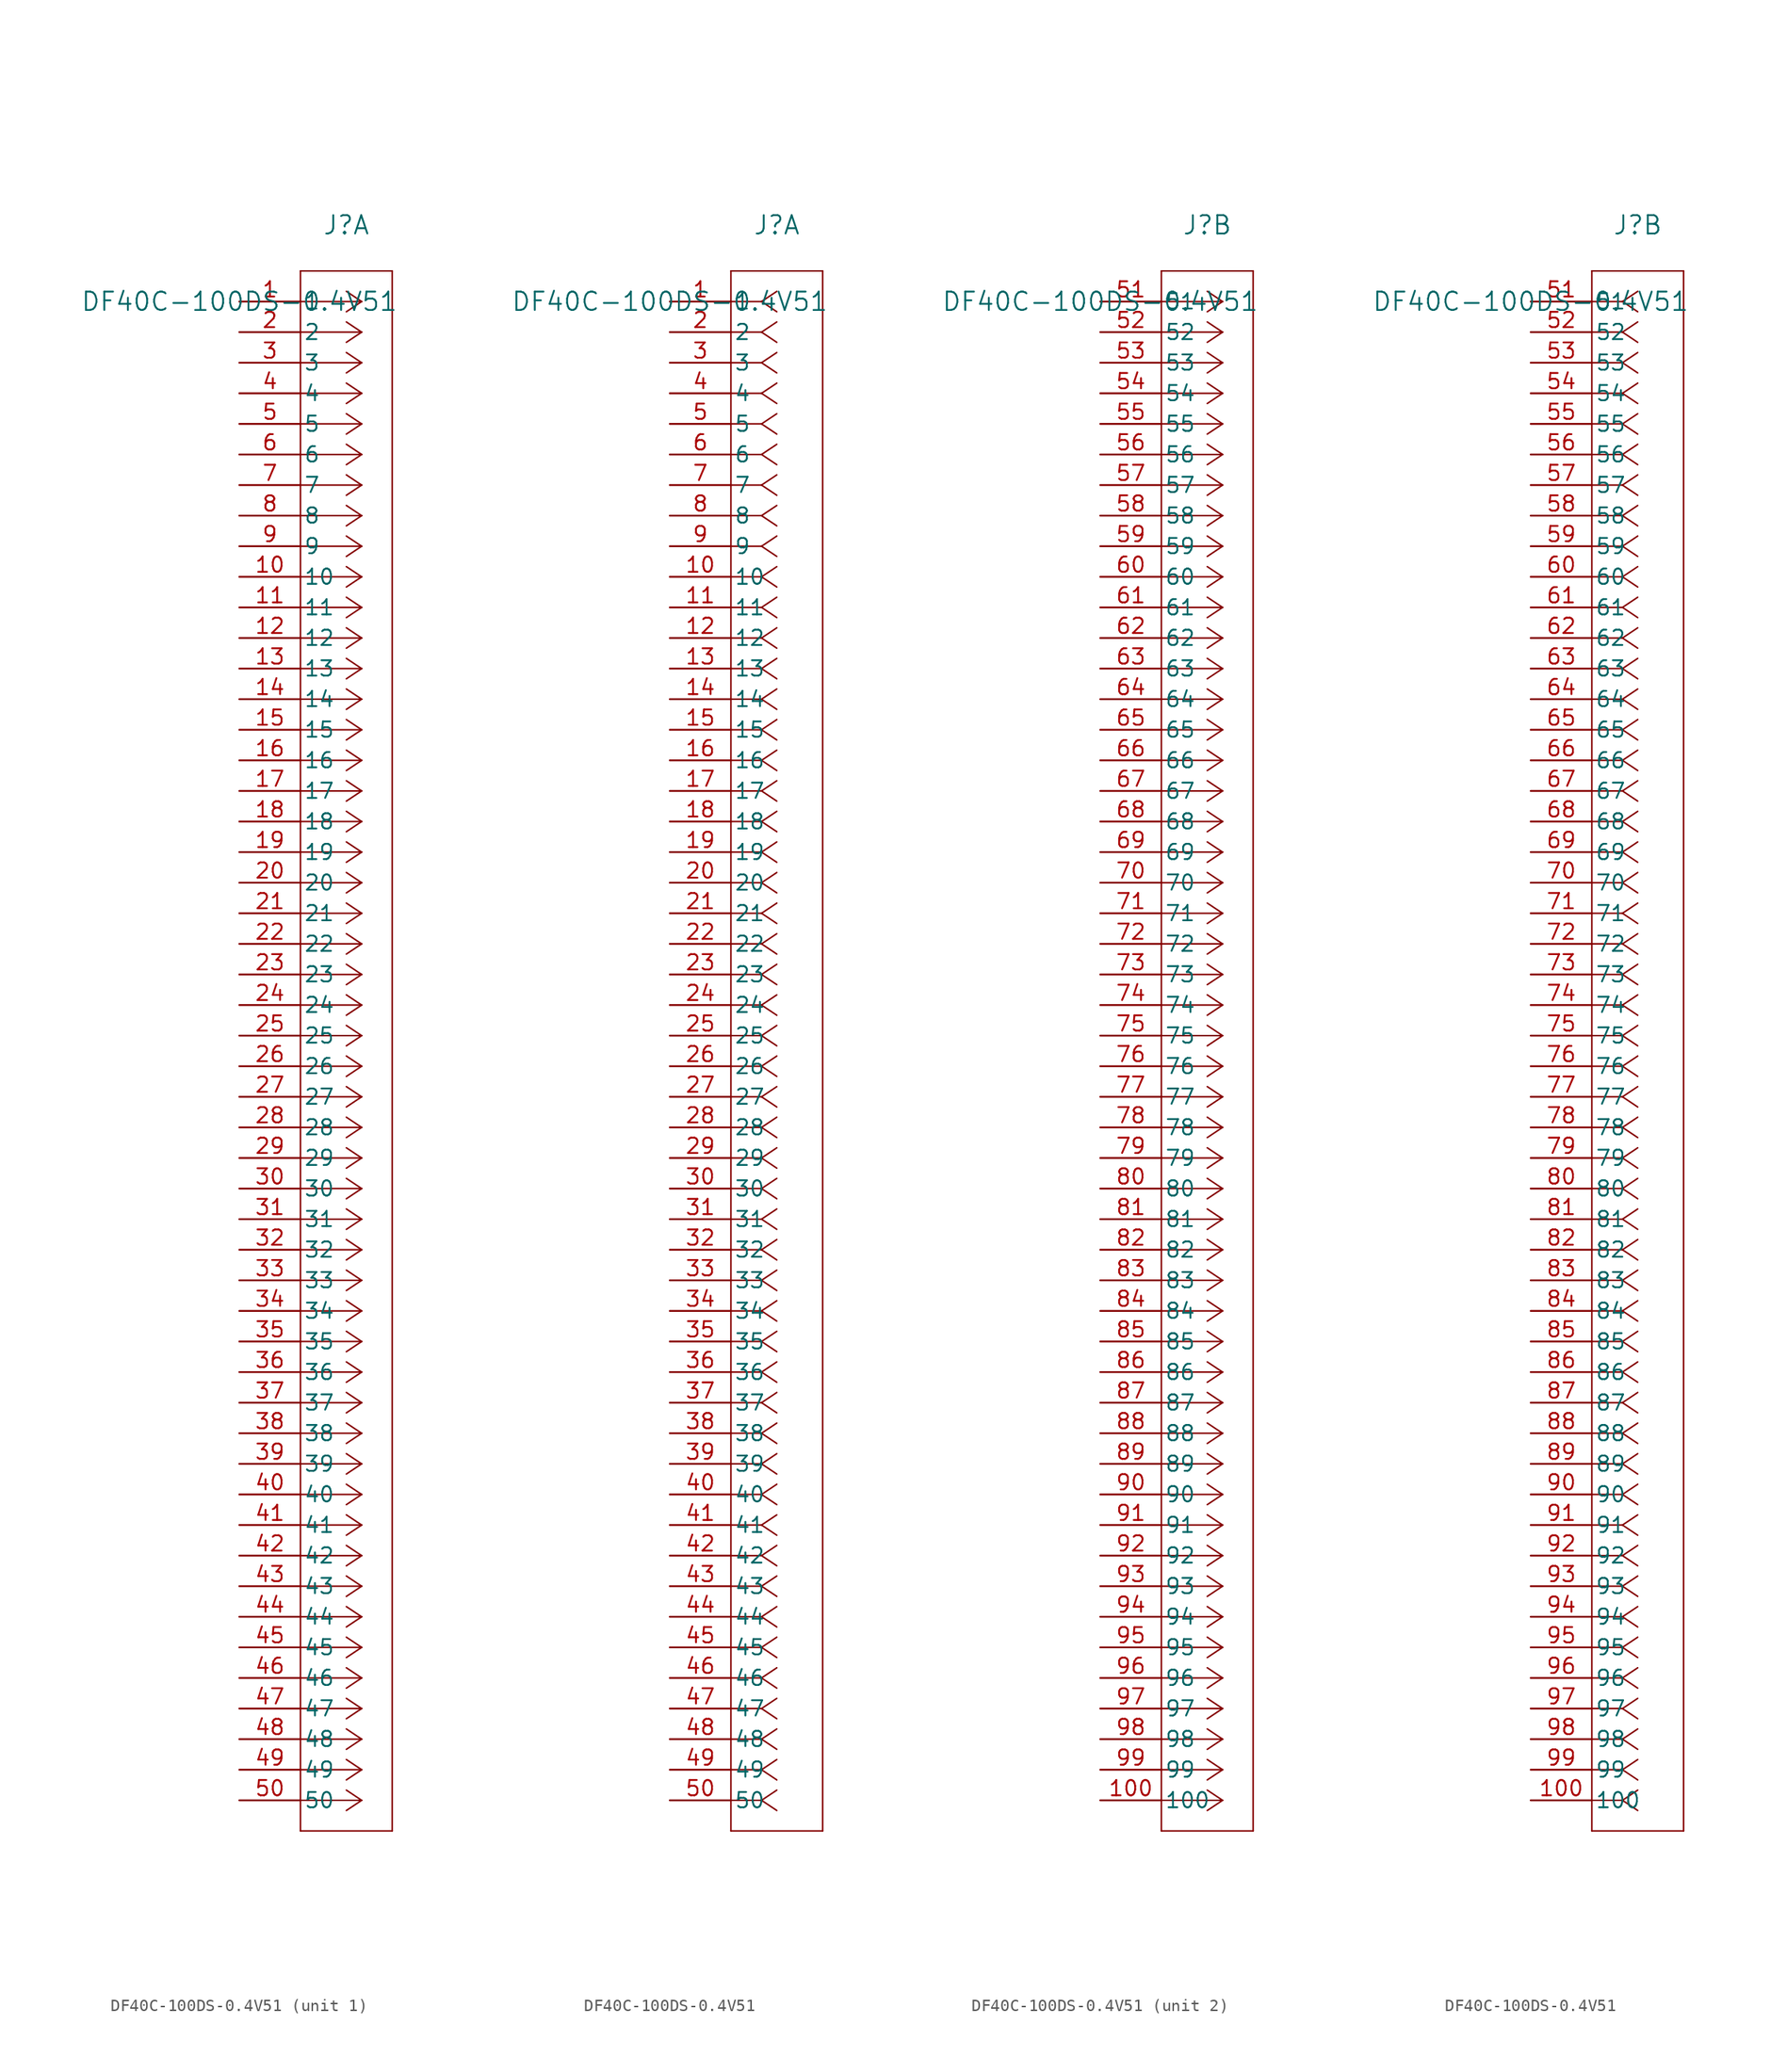
<source format=kicad_sym>
(kicad_symbol_lib
  (version 20231120)
  (generator "kicad_symbol_editor")
  (generator_version "8.0")
  (symbol "DF40C-100DS-0.4V51"
    (pin_names
      (offset 0.254))
    (property "Reference" "J"
      (at 8.89 6.35 0)
      (effects (font (size 1.524 1.524))))
    (property "Value" "DF40C-100DS-0.4V51"
      (at 0 0 0)
      (effects (font (size 1.524 1.524))))
    (property "ki_locked" ""
      (at 0 0 0)
      (effects (font (size 1.27 1.27))))
    (symbol "DF40C-100DS-0.4V51_1_1"
      (polyline (pts (xy 5.08 -127) (xy 12.7 -127)) (stroke (width 0.127) (type default)) (fill (type none)))
      (polyline (pts (xy 5.08 2.54) (xy 5.08 -127)) (stroke (width 0.127) (type default)) (fill (type none)))
      (polyline (pts (xy 10.16 -124.46) (xy 5.08 -124.46)) (stroke (width 0.127) (type default)) (fill (type none)))
      (polyline (pts (xy 10.16 -124.46) (xy 8.89 -125.307)) (stroke (width 0.127) (type default)) (fill (type none)))
      (polyline (pts (xy 10.16 -124.46) (xy 8.89 -123.613)) (stroke (width 0.127) (type default)) (fill (type none)))
      (polyline (pts (xy 10.16 -121.92) (xy 5.08 -121.92)) (stroke (width 0.127) (type default)) (fill (type none)))
      (polyline (pts (xy 10.16 -121.92) (xy 8.89 -122.767)) (stroke (width 0.127) (type default)) (fill (type none)))
      (polyline (pts (xy 10.16 -121.92) (xy 8.89 -121.073)) (stroke (width 0.127) (type default)) (fill (type none)))
      (polyline (pts (xy 10.16 -119.38) (xy 5.08 -119.38)) (stroke (width 0.127) (type default)) (fill (type none)))
      (polyline (pts (xy 10.16 -119.38) (xy 8.89 -120.227)) (stroke (width 0.127) (type default)) (fill (type none)))
      (polyline (pts (xy 10.16 -119.38) (xy 8.89 -118.533)) (stroke (width 0.127) (type default)) (fill (type none)))
      (polyline (pts (xy 10.16 -116.84) (xy 5.08 -116.84)) (stroke (width 0.127) (type default)) (fill (type none)))
      (polyline (pts (xy 10.16 -116.84) (xy 8.89 -117.687)) (stroke (width 0.127) (type default)) (fill (type none)))
      (polyline (pts (xy 10.16 -116.84) (xy 8.89 -115.993)) (stroke (width 0.127) (type default)) (fill (type none)))
      (polyline (pts (xy 10.16 -114.3) (xy 5.08 -114.3)) (stroke (width 0.127) (type default)) (fill (type none)))
      (polyline (pts (xy 10.16 -114.3) (xy 8.89 -115.147)) (stroke (width 0.127) (type default)) (fill (type none)))
      (polyline (pts (xy 10.16 -114.3) (xy 8.89 -113.453)) (stroke (width 0.127) (type default)) (fill (type none)))
      (polyline (pts (xy 10.16 -111.76) (xy 5.08 -111.76)) (stroke (width 0.127) (type default)) (fill (type none)))
      (polyline (pts (xy 10.16 -111.76) (xy 8.89 -112.607)) (stroke (width 0.127) (type default)) (fill (type none)))
      (polyline (pts (xy 10.16 -111.76) (xy 8.89 -110.913)) (stroke (width 0.127) (type default)) (fill (type none)))
      (polyline (pts (xy 10.16 -109.22) (xy 5.08 -109.22)) (stroke (width 0.127) (type default)) (fill (type none)))
      (polyline (pts (xy 10.16 -109.22) (xy 8.89 -110.067)) (stroke (width 0.127) (type default)) (fill (type none)))
      (polyline (pts (xy 10.16 -109.22) (xy 8.89 -108.373)) (stroke (width 0.127) (type default)) (fill (type none)))
      (polyline (pts (xy 10.16 -106.68) (xy 5.08 -106.68)) (stroke (width 0.127) (type default)) (fill (type none)))
      (polyline (pts (xy 10.16 -106.68) (xy 8.89 -107.527)) (stroke (width 0.127) (type default)) (fill (type none)))
      (polyline (pts (xy 10.16 -106.68) (xy 8.89 -105.833)) (stroke (width 0.127) (type default)) (fill (type none)))
      (polyline (pts (xy 10.16 -104.14) (xy 5.08 -104.14)) (stroke (width 0.127) (type default)) (fill (type none)))
      (polyline (pts (xy 10.16 -104.14) (xy 8.89 -104.987)) (stroke (width 0.127) (type default)) (fill (type none)))
      (polyline (pts (xy 10.16 -104.14) (xy 8.89 -103.293)) (stroke (width 0.127) (type default)) (fill (type none)))
      (polyline (pts (xy 10.16 -101.6) (xy 5.08 -101.6)) (stroke (width 0.127) (type default)) (fill (type none)))
      (polyline (pts (xy 10.16 -101.6) (xy 8.89 -102.447)) (stroke (width 0.127) (type default)) (fill (type none)))
      (polyline (pts (xy 10.16 -101.6) (xy 8.89 -100.753)) (stroke (width 0.127) (type default)) (fill (type none)))
      (polyline (pts (xy 10.16 -99.06) (xy 5.08 -99.06)) (stroke (width 0.127) (type default)) (fill (type none)))
      (polyline (pts (xy 10.16 -99.06) (xy 8.89 -99.907)) (stroke (width 0.127) (type default)) (fill (type none)))
      (polyline (pts (xy 10.16 -99.06) (xy 8.89 -98.213)) (stroke (width 0.127) (type default)) (fill (type none)))
      (polyline (pts (xy 10.16 -96.52) (xy 5.08 -96.52)) (stroke (width 0.127) (type default)) (fill (type none)))
      (polyline (pts (xy 10.16 -96.52) (xy 8.89 -97.367)) (stroke (width 0.127) (type default)) (fill (type none)))
      (polyline (pts (xy 10.16 -96.52) (xy 8.89 -95.673)) (stroke (width 0.127) (type default)) (fill (type none)))
      (polyline (pts (xy 10.16 -93.98) (xy 5.08 -93.98)) (stroke (width 0.127) (type default)) (fill (type none)))
      (polyline (pts (xy 10.16 -93.98) (xy 8.89 -94.827)) (stroke (width 0.127) (type default)) (fill (type none)))
      (polyline (pts (xy 10.16 -93.98) (xy 8.89 -93.133)) (stroke (width 0.127) (type default)) (fill (type none)))
      (polyline (pts (xy 10.16 -91.44) (xy 5.08 -91.44)) (stroke (width 0.127) (type default)) (fill (type none)))
      (polyline (pts (xy 10.16 -91.44) (xy 8.89 -92.287)) (stroke (width 0.127) (type default)) (fill (type none)))
      (polyline (pts (xy 10.16 -91.44) (xy 8.89 -90.593)) (stroke (width 0.127) (type default)) (fill (type none)))
      (polyline (pts (xy 10.16 -88.9) (xy 5.08 -88.9)) (stroke (width 0.127) (type default)) (fill (type none)))
      (polyline (pts (xy 10.16 -88.9) (xy 8.89 -89.747)) (stroke (width 0.127) (type default)) (fill (type none)))
      (polyline (pts (xy 10.16 -88.9) (xy 8.89 -88.053)) (stroke (width 0.127) (type default)) (fill (type none)))
      (polyline (pts (xy 10.16 -86.36) (xy 5.08 -86.36)) (stroke (width 0.127) (type default)) (fill (type none)))
      (polyline (pts (xy 10.16 -86.36) (xy 8.89 -87.207)) (stroke (width 0.127) (type default)) (fill (type none)))
      (polyline (pts (xy 10.16 -86.36) (xy 8.89 -85.513)) (stroke (width 0.127) (type default)) (fill (type none)))
      (polyline (pts (xy 10.16 -83.82) (xy 5.08 -83.82)) (stroke (width 0.127) (type default)) (fill (type none)))
      (polyline (pts (xy 10.16 -83.82) (xy 8.89 -84.667)) (stroke (width 0.127) (type default)) (fill (type none)))
      (polyline (pts (xy 10.16 -83.82) (xy 8.89 -82.973)) (stroke (width 0.127) (type default)) (fill (type none)))
      (polyline (pts (xy 10.16 -81.28) (xy 5.08 -81.28)) (stroke (width 0.127) (type default)) (fill (type none)))
      (polyline (pts (xy 10.16 -81.28) (xy 8.89 -82.127)) (stroke (width 0.127) (type default)) (fill (type none)))
      (polyline (pts (xy 10.16 -81.28) (xy 8.89 -80.433)) (stroke (width 0.127) (type default)) (fill (type none)))
      (polyline (pts (xy 10.16 -78.74) (xy 5.08 -78.74)) (stroke (width 0.127) (type default)) (fill (type none)))
      (polyline (pts (xy 10.16 -78.74) (xy 8.89 -79.587)) (stroke (width 0.127) (type default)) (fill (type none)))
      (polyline (pts (xy 10.16 -78.74) (xy 8.89 -77.893)) (stroke (width 0.127) (type default)) (fill (type none)))
      (polyline (pts (xy 10.16 -76.2) (xy 5.08 -76.2)) (stroke (width 0.127) (type default)) (fill (type none)))
      (polyline (pts (xy 10.16 -76.2) (xy 8.89 -77.047)) (stroke (width 0.127) (type default)) (fill (type none)))
      (polyline (pts (xy 10.16 -76.2) (xy 8.89 -75.353)) (stroke (width 0.127) (type default)) (fill (type none)))
      (polyline (pts (xy 10.16 -73.66) (xy 5.08 -73.66)) (stroke (width 0.127) (type default)) (fill (type none)))
      (polyline (pts (xy 10.16 -73.66) (xy 8.89 -74.507)) (stroke (width 0.127) (type default)) (fill (type none)))
      (polyline (pts (xy 10.16 -73.66) (xy 8.89 -72.813)) (stroke (width 0.127) (type default)) (fill (type none)))
      (polyline (pts (xy 10.16 -71.12) (xy 5.08 -71.12)) (stroke (width 0.127) (type default)) (fill (type none)))
      (polyline (pts (xy 10.16 -71.12) (xy 8.89 -71.967)) (stroke (width 0.127) (type default)) (fill (type none)))
      (polyline (pts (xy 10.16 -71.12) (xy 8.89 -70.273)) (stroke (width 0.127) (type default)) (fill (type none)))
      (polyline (pts (xy 10.16 -68.58) (xy 5.08 -68.58)) (stroke (width 0.127) (type default)) (fill (type none)))
      (polyline (pts (xy 10.16 -68.58) (xy 8.89 -69.427)) (stroke (width 0.127) (type default)) (fill (type none)))
      (polyline (pts (xy 10.16 -68.58) (xy 8.89 -67.733)) (stroke (width 0.127) (type default)) (fill (type none)))
      (polyline (pts (xy 10.16 -66.04) (xy 5.08 -66.04)) (stroke (width 0.127) (type default)) (fill (type none)))
      (polyline (pts (xy 10.16 -66.04) (xy 8.89 -66.887)) (stroke (width 0.127) (type default)) (fill (type none)))
      (polyline (pts (xy 10.16 -66.04) (xy 8.89 -65.193)) (stroke (width 0.127) (type default)) (fill (type none)))
      (polyline (pts (xy 10.16 -63.5) (xy 5.08 -63.5)) (stroke (width 0.127) (type default)) (fill (type none)))
      (polyline (pts (xy 10.16 -63.5) (xy 8.89 -64.347)) (stroke (width 0.127) (type default)) (fill (type none)))
      (polyline (pts (xy 10.16 -63.5) (xy 8.89 -62.653)) (stroke (width 0.127) (type default)) (fill (type none)))
      (polyline (pts (xy 10.16 -60.96) (xy 5.08 -60.96)) (stroke (width 0.127) (type default)) (fill (type none)))
      (polyline (pts (xy 10.16 -60.96) (xy 8.89 -61.807)) (stroke (width 0.127) (type default)) (fill (type none)))
      (polyline (pts (xy 10.16 -60.96) (xy 8.89 -60.113)) (stroke (width 0.127) (type default)) (fill (type none)))
      (polyline (pts (xy 10.16 -58.42) (xy 5.08 -58.42)) (stroke (width 0.127) (type default)) (fill (type none)))
      (polyline (pts (xy 10.16 -58.42) (xy 8.89 -59.267)) (stroke (width 0.127) (type default)) (fill (type none)))
      (polyline (pts (xy 10.16 -58.42) (xy 8.89 -57.573)) (stroke (width 0.127) (type default)) (fill (type none)))
      (polyline (pts (xy 10.16 -55.88) (xy 5.08 -55.88)) (stroke (width 0.127) (type default)) (fill (type none)))
      (polyline (pts (xy 10.16 -55.88) (xy 8.89 -56.727)) (stroke (width 0.127) (type default)) (fill (type none)))
      (polyline (pts (xy 10.16 -55.88) (xy 8.89 -55.033)) (stroke (width 0.127) (type default)) (fill (type none)))
      (polyline (pts (xy 10.16 -53.34) (xy 5.08 -53.34)) (stroke (width 0.127) (type default)) (fill (type none)))
      (polyline (pts (xy 10.16 -53.34) (xy 8.89 -54.187)) (stroke (width 0.127) (type default)) (fill (type none)))
      (polyline (pts (xy 10.16 -53.34) (xy 8.89 -52.493)) (stroke (width 0.127) (type default)) (fill (type none)))
      (polyline (pts (xy 10.16 -50.8) (xy 5.08 -50.8)) (stroke (width 0.127) (type default)) (fill (type none)))
      (polyline (pts (xy 10.16 -50.8) (xy 8.89 -51.647)) (stroke (width 0.127) (type default)) (fill (type none)))
      (polyline (pts (xy 10.16 -50.8) (xy 8.89 -49.953)) (stroke (width 0.127) (type default)) (fill (type none)))
      (polyline (pts (xy 10.16 -48.26) (xy 5.08 -48.26)) (stroke (width 0.127) (type default)) (fill (type none)))
      (polyline (pts (xy 10.16 -48.26) (xy 8.89 -49.107)) (stroke (width 0.127) (type default)) (fill (type none)))
      (polyline (pts (xy 10.16 -48.26) (xy 8.89 -47.413)) (stroke (width 0.127) (type default)) (fill (type none)))
      (polyline (pts (xy 10.16 -45.72) (xy 5.08 -45.72)) (stroke (width 0.127) (type default)) (fill (type none)))
      (polyline (pts (xy 10.16 -45.72) (xy 8.89 -46.567)) (stroke (width 0.127) (type default)) (fill (type none)))
      (polyline (pts (xy 10.16 -45.72) (xy 8.89 -44.873)) (stroke (width 0.127) (type default)) (fill (type none)))
      (polyline (pts (xy 10.16 -43.18) (xy 5.08 -43.18)) (stroke (width 0.127) (type default)) (fill (type none)))
      (polyline (pts (xy 10.16 -43.18) (xy 8.89 -44.027)) (stroke (width 0.127) (type default)) (fill (type none)))
      (polyline (pts (xy 10.16 -43.18) (xy 8.89 -42.333)) (stroke (width 0.127) (type default)) (fill (type none)))
      (polyline (pts (xy 10.16 -40.64) (xy 5.08 -40.64)) (stroke (width 0.127) (type default)) (fill (type none)))
      (polyline (pts (xy 10.16 -40.64) (xy 8.89 -41.487)) (stroke (width 0.127) (type default)) (fill (type none)))
      (polyline (pts (xy 10.16 -40.64) (xy 8.89 -39.793)) (stroke (width 0.127) (type default)) (fill (type none)))
      (polyline (pts (xy 10.16 -38.1) (xy 5.08 -38.1)) (stroke (width 0.127) (type default)) (fill (type none)))
      (polyline (pts (xy 10.16 -38.1) (xy 8.89 -38.947)) (stroke (width 0.127) (type default)) (fill (type none)))
      (polyline (pts (xy 10.16 -38.1) (xy 8.89 -37.253)) (stroke (width 0.127) (type default)) (fill (type none)))
      (polyline (pts (xy 10.16 -35.56) (xy 5.08 -35.56)) (stroke (width 0.127) (type default)) (fill (type none)))
      (polyline (pts (xy 10.16 -35.56) (xy 8.89 -36.407)) (stroke (width 0.127) (type default)) (fill (type none)))
      (polyline (pts (xy 10.16 -35.56) (xy 8.89 -34.713)) (stroke (width 0.127) (type default)) (fill (type none)))
      (polyline (pts (xy 10.16 -33.02) (xy 5.08 -33.02)) (stroke (width 0.127) (type default)) (fill (type none)))
      (polyline (pts (xy 10.16 -33.02) (xy 8.89 -33.867)) (stroke (width 0.127) (type default)) (fill (type none)))
      (polyline (pts (xy 10.16 -33.02) (xy 8.89 -32.173)) (stroke (width 0.127) (type default)) (fill (type none)))
      (polyline (pts (xy 10.16 -30.48) (xy 5.08 -30.48)) (stroke (width 0.127) (type default)) (fill (type none)))
      (polyline (pts (xy 10.16 -30.48) (xy 8.89 -31.327)) (stroke (width 0.127) (type default)) (fill (type none)))
      (polyline (pts (xy 10.16 -30.48) (xy 8.89 -29.633)) (stroke (width 0.127) (type default)) (fill (type none)))
      (polyline (pts (xy 10.16 -27.94) (xy 5.08 -27.94)) (stroke (width 0.127) (type default)) (fill (type none)))
      (polyline (pts (xy 10.16 -27.94) (xy 8.89 -28.787)) (stroke (width 0.127) (type default)) (fill (type none)))
      (polyline (pts (xy 10.16 -27.94) (xy 8.89 -27.093)) (stroke (width 0.127) (type default)) (fill (type none)))
      (polyline (pts (xy 10.16 -25.4) (xy 5.08 -25.4)) (stroke (width 0.127) (type default)) (fill (type none)))
      (polyline (pts (xy 10.16 -25.4) (xy 8.89 -26.247)) (stroke (width 0.127) (type default)) (fill (type none)))
      (polyline (pts (xy 10.16 -25.4) (xy 8.89 -24.553)) (stroke (width 0.127) (type default)) (fill (type none)))
      (polyline (pts (xy 10.16 -22.86) (xy 5.08 -22.86)) (stroke (width 0.127) (type default)) (fill (type none)))
      (polyline (pts (xy 10.16 -22.86) (xy 8.89 -23.707)) (stroke (width 0.127) (type default)) (fill (type none)))
      (polyline (pts (xy 10.16 -22.86) (xy 8.89 -22.013)) (stroke (width 0.127) (type default)) (fill (type none)))
      (polyline (pts (xy 10.16 -20.32) (xy 5.08 -20.32)) (stroke (width 0.127) (type default)) (fill (type none)))
      (polyline (pts (xy 10.16 -20.32) (xy 8.89 -21.167)) (stroke (width 0.127) (type default)) (fill (type none)))
      (polyline (pts (xy 10.16 -20.32) (xy 8.89 -19.473)) (stroke (width 0.127) (type default)) (fill (type none)))
      (polyline (pts (xy 10.16 -17.78) (xy 5.08 -17.78)) (stroke (width 0.127) (type default)) (fill (type none)))
      (polyline (pts (xy 10.16 -17.78) (xy 8.89 -18.627)) (stroke (width 0.127) (type default)) (fill (type none)))
      (polyline (pts (xy 10.16 -17.78) (xy 8.89 -16.933)) (stroke (width 0.127) (type default)) (fill (type none)))
      (polyline (pts (xy 10.16 -15.24) (xy 5.08 -15.24)) (stroke (width 0.127) (type default)) (fill (type none)))
      (polyline (pts (xy 10.16 -15.24) (xy 8.89 -16.087)) (stroke (width 0.127) (type default)) (fill (type none)))
      (polyline (pts (xy 10.16 -15.24) (xy 8.89 -14.393)) (stroke (width 0.127) (type default)) (fill (type none)))
      (polyline (pts (xy 10.16 -12.7) (xy 5.08 -12.7)) (stroke (width 0.127) (type default)) (fill (type none)))
      (polyline (pts (xy 10.16 -12.7) (xy 8.89 -13.547)) (stroke (width 0.127) (type default)) (fill (type none)))
      (polyline (pts (xy 10.16 -12.7) (xy 8.89 -11.853)) (stroke (width 0.127) (type default)) (fill (type none)))
      (polyline (pts (xy 10.16 -10.16) (xy 5.08 -10.16)) (stroke (width 0.127) (type default)) (fill (type none)))
      (polyline (pts (xy 10.16 -10.16) (xy 8.89 -11.007)) (stroke (width 0.127) (type default)) (fill (type none)))
      (polyline (pts (xy 10.16 -10.16) (xy 8.89 -9.313)) (stroke (width 0.127) (type default)) (fill (type none)))
      (polyline (pts (xy 10.16 -7.62) (xy 5.08 -7.62)) (stroke (width 0.127) (type default)) (fill (type none)))
      (polyline (pts (xy 10.16 -7.62) (xy 8.89 -8.467)) (stroke (width 0.127) (type default)) (fill (type none)))
      (polyline (pts (xy 10.16 -7.62) (xy 8.89 -6.773)) (stroke (width 0.127) (type default)) (fill (type none)))
      (polyline (pts (xy 10.16 -5.08) (xy 5.08 -5.08)) (stroke (width 0.127) (type default)) (fill (type none)))
      (polyline (pts (xy 10.16 -5.08) (xy 8.89 -5.927)) (stroke (width 0.127) (type default)) (fill (type none)))
      (polyline (pts (xy 10.16 -5.08) (xy 8.89 -4.233)) (stroke (width 0.127) (type default)) (fill (type none)))
      (polyline (pts (xy 10.16 -2.54) (xy 5.08 -2.54)) (stroke (width 0.127) (type default)) (fill (type none)))
      (polyline (pts (xy 10.16 -2.54) (xy 8.89 -3.387)) (stroke (width 0.127) (type default)) (fill (type none)))
      (polyline (pts (xy 10.16 -2.54) (xy 8.89 -1.693)) (stroke (width 0.127) (type default)) (fill (type none)))
      (polyline (pts (xy 10.16 0) (xy 5.08 0)) (stroke (width 0.127) (type default)) (fill (type none)))
      (polyline (pts (xy 10.16 0) (xy 8.89 -0.847)) (stroke (width 0.127) (type default)) (fill (type none)))
      (polyline (pts (xy 10.16 0) (xy 8.89 0.847)) (stroke (width 0.127) (type default)) (fill (type none)))
      (polyline (pts (xy 12.7 -127) (xy 12.7 2.54)) (stroke (width 0.127) (type default)) (fill (type none)))
      (polyline (pts (xy 12.7 2.54) (xy 5.08 2.54)) (stroke (width 0.127) (type default)) (fill (type none)))
      (pin passive line (at 0 0 0) (length 5.08) (name "1" (effects (font (size 1.27 1.27)))) (number "1" (effects (font (size 1.27 1.27)))))
      (pin passive line (at 0 -22.86 0) (length 5.08) (name "10" (effects (font (size 1.27 1.27)))) (number "10" (effects (font (size 1.27 1.27)))))
      (pin passive line (at 0 -25.4 0) (length 5.08) (name "11" (effects (font (size 1.27 1.27)))) (number "11" (effects (font (size 1.27 1.27)))))
      (pin passive line (at 0 -27.94 0) (length 5.08) (name "12" (effects (font (size 1.27 1.27)))) (number "12" (effects (font (size 1.27 1.27)))))
      (pin passive line (at 0 -30.48 0) (length 5.08) (name "13" (effects (font (size 1.27 1.27)))) (number "13" (effects (font (size 1.27 1.27)))))
      (pin passive line (at 0 -33.02 0) (length 5.08) (name "14" (effects (font (size 1.27 1.27)))) (number "14" (effects (font (size 1.27 1.27)))))
      (pin passive line (at 0 -35.56 0) (length 5.08) (name "15" (effects (font (size 1.27 1.27)))) (number "15" (effects (font (size 1.27 1.27)))))
      (pin passive line (at 0 -38.1 0) (length 5.08) (name "16" (effects (font (size 1.27 1.27)))) (number "16" (effects (font (size 1.27 1.27)))))
      (pin passive line (at 0 -40.64 0) (length 5.08) (name "17" (effects (font (size 1.27 1.27)))) (number "17" (effects (font (size 1.27 1.27)))))
      (pin passive line (at 0 -43.18 0) (length 5.08) (name "18" (effects (font (size 1.27 1.27)))) (number "18" (effects (font (size 1.27 1.27)))))
      (pin passive line (at 0 -45.72 0) (length 5.08) (name "19" (effects (font (size 1.27 1.27)))) (number "19" (effects (font (size 1.27 1.27)))))
      (pin passive line (at 0 -2.54 0) (length 5.08) (name "2" (effects (font (size 1.27 1.27)))) (number "2" (effects (font (size 1.27 1.27)))))
      (pin passive line (at 0 -48.26 0) (length 5.08) (name "20" (effects (font (size 1.27 1.27)))) (number "20" (effects (font (size 1.27 1.27)))))
      (pin passive line (at 0 -50.8 0) (length 5.08) (name "21" (effects (font (size 1.27 1.27)))) (number "21" (effects (font (size 1.27 1.27)))))
      (pin passive line (at 0 -53.34 0) (length 5.08) (name "22" (effects (font (size 1.27 1.27)))) (number "22" (effects (font (size 1.27 1.27)))))
      (pin passive line (at 0 -55.88 0) (length 5.08) (name "23" (effects (font (size 1.27 1.27)))) (number "23" (effects (font (size 1.27 1.27)))))
      (pin passive line (at 0 -58.42 0) (length 5.08) (name "24" (effects (font (size 1.27 1.27)))) (number "24" (effects (font (size 1.27 1.27)))))
      (pin passive line (at 0 -60.96 0) (length 5.08) (name "25" (effects (font (size 1.27 1.27)))) (number "25" (effects (font (size 1.27 1.27)))))
      (pin passive line (at 0 -63.5 0) (length 5.08) (name "26" (effects (font (size 1.27 1.27)))) (number "26" (effects (font (size 1.27 1.27)))))
      (pin passive line (at 0 -66.04 0) (length 5.08) (name "27" (effects (font (size 1.27 1.27)))) (number "27" (effects (font (size 1.27 1.27)))))
      (pin passive line (at 0 -68.58 0) (length 5.08) (name "28" (effects (font (size 1.27 1.27)))) (number "28" (effects (font (size 1.27 1.27)))))
      (pin passive line (at 0 -71.12 0) (length 5.08) (name "29" (effects (font (size 1.27 1.27)))) (number "29" (effects (font (size 1.27 1.27)))))
      (pin passive line (at 0 -5.08 0) (length 5.08) (name "3" (effects (font (size 1.27 1.27)))) (number "3" (effects (font (size 1.27 1.27)))))
      (pin passive line (at 0 -73.66 0) (length 5.08) (name "30" (effects (font (size 1.27 1.27)))) (number "30" (effects (font (size 1.27 1.27)))))
      (pin passive line (at 0 -76.2 0) (length 5.08) (name "31" (effects (font (size 1.27 1.27)))) (number "31" (effects (font (size 1.27 1.27)))))
      (pin passive line (at 0 -78.74 0) (length 5.08) (name "32" (effects (font (size 1.27 1.27)))) (number "32" (effects (font (size 1.27 1.27)))))
      (pin passive line (at 0 -81.28 0) (length 5.08) (name "33" (effects (font (size 1.27 1.27)))) (number "33" (effects (font (size 1.27 1.27)))))
      (pin passive line (at 0 -83.82 0) (length 5.08) (name "34" (effects (font (size 1.27 1.27)))) (number "34" (effects (font (size 1.27 1.27)))))
      (pin passive line (at 0 -86.36 0) (length 5.08) (name "35" (effects (font (size 1.27 1.27)))) (number "35" (effects (font (size 1.27 1.27)))))
      (pin passive line (at 0 -88.9 0) (length 5.08) (name "36" (effects (font (size 1.27 1.27)))) (number "36" (effects (font (size 1.27 1.27)))))
      (pin passive line (at 0 -91.44 0) (length 5.08) (name "37" (effects (font (size 1.27 1.27)))) (number "37" (effects (font (size 1.27 1.27)))))
      (pin passive line (at 0 -93.98 0) (length 5.08) (name "38" (effects (font (size 1.27 1.27)))) (number "38" (effects (font (size 1.27 1.27)))))
      (pin passive line (at 0 -96.52 0) (length 5.08) (name "39" (effects (font (size 1.27 1.27)))) (number "39" (effects (font (size 1.27 1.27)))))
      (pin passive line (at 0 -7.62 0) (length 5.08) (name "4" (effects (font (size 1.27 1.27)))) (number "4" (effects (font (size 1.27 1.27)))))
      (pin passive line (at 0 -99.06 0) (length 5.08) (name "40" (effects (font (size 1.27 1.27)))) (number "40" (effects (font (size 1.27 1.27)))))
      (pin passive line (at 0 -101.6 0) (length 5.08) (name "41" (effects (font (size 1.27 1.27)))) (number "41" (effects (font (size 1.27 1.27)))))
      (pin passive line (at 0 -104.14 0) (length 5.08) (name "42" (effects (font (size 1.27 1.27)))) (number "42" (effects (font (size 1.27 1.27)))))
      (pin passive line (at 0 -106.68 0) (length 5.08) (name "43" (effects (font (size 1.27 1.27)))) (number "43" (effects (font (size 1.27 1.27)))))
      (pin passive line (at 0 -109.22 0) (length 5.08) (name "44" (effects (font (size 1.27 1.27)))) (number "44" (effects (font (size 1.27 1.27)))))
      (pin passive line (at 0 -111.76 0) (length 5.08) (name "45" (effects (font (size 1.27 1.27)))) (number "45" (effects (font (size 1.27 1.27)))))
      (pin passive line (at 0 -114.3 0) (length 5.08) (name "46" (effects (font (size 1.27 1.27)))) (number "46" (effects (font (size 1.27 1.27)))))
      (pin passive line (at 0 -116.84 0) (length 5.08) (name "47" (effects (font (size 1.27 1.27)))) (number "47" (effects (font (size 1.27 1.27)))))
      (pin passive line (at 0 -119.38 0) (length 5.08) (name "48" (effects (font (size 1.27 1.27)))) (number "48" (effects (font (size 1.27 1.27)))))
      (pin passive line (at 0 -121.92 0) (length 5.08) (name "49" (effects (font (size 1.27 1.27)))) (number "49" (effects (font (size 1.27 1.27)))))
      (pin passive line (at 0 -10.16 0) (length 5.08) (name "5" (effects (font (size 1.27 1.27)))) (number "5" (effects (font (size 1.27 1.27)))))
      (pin passive line (at 0 -124.46 0) (length 5.08) (name "50" (effects (font (size 1.27 1.27)))) (number "50" (effects (font (size 1.27 1.27)))))
      (pin passive line (at 0 -12.7 0) (length 5.08) (name "6" (effects (font (size 1.27 1.27)))) (number "6" (effects (font (size 1.27 1.27)))))
      (pin passive line (at 0 -15.24 0) (length 5.08) (name "7" (effects (font (size 1.27 1.27)))) (number "7" (effects (font (size 1.27 1.27)))))
      (pin passive line (at 0 -17.78 0) (length 5.08) (name "8" (effects (font (size 1.27 1.27)))) (number "8" (effects (font (size 1.27 1.27)))))
      (pin passive line (at 0 -20.32 0) (length 5.08) (name "9" (effects (font (size 1.27 1.27)))) (number "9" (effects (font (size 1.27 1.27))))))
    (symbol "DF40C-100DS-0.4V51_1_2"
      (polyline (pts (xy 5.08 -127) (xy 12.7 -127)) (stroke (width 0.127) (type default)) (fill (type none)))
      (polyline (pts (xy 5.08 2.54) (xy 5.08 -127)) (stroke (width 0.127) (type default)) (fill (type none)))
      (polyline (pts (xy 7.62 -124.46) (xy 5.08 -124.46)) (stroke (width 0.127) (type default)) (fill (type none)))
      (polyline (pts (xy 7.62 -124.46) (xy 8.89 -125.307)) (stroke (width 0.127) (type default)) (fill (type none)))
      (polyline (pts (xy 7.62 -124.46) (xy 8.89 -123.613)) (stroke (width 0.127) (type default)) (fill (type none)))
      (polyline (pts (xy 7.62 -121.92) (xy 5.08 -121.92)) (stroke (width 0.127) (type default)) (fill (type none)))
      (polyline (pts (xy 7.62 -121.92) (xy 8.89 -122.767)) (stroke (width 0.127) (type default)) (fill (type none)))
      (polyline (pts (xy 7.62 -121.92) (xy 8.89 -121.073)) (stroke (width 0.127) (type default)) (fill (type none)))
      (polyline (pts (xy 7.62 -119.38) (xy 5.08 -119.38)) (stroke (width 0.127) (type default)) (fill (type none)))
      (polyline (pts (xy 7.62 -119.38) (xy 8.89 -120.227)) (stroke (width 0.127) (type default)) (fill (type none)))
      (polyline (pts (xy 7.62 -119.38) (xy 8.89 -118.533)) (stroke (width 0.127) (type default)) (fill (type none)))
      (polyline (pts (xy 7.62 -116.84) (xy 5.08 -116.84)) (stroke (width 0.127) (type default)) (fill (type none)))
      (polyline (pts (xy 7.62 -116.84) (xy 8.89 -117.687)) (stroke (width 0.127) (type default)) (fill (type none)))
      (polyline (pts (xy 7.62 -116.84) (xy 8.89 -115.993)) (stroke (width 0.127) (type default)) (fill (type none)))
      (polyline (pts (xy 7.62 -114.3) (xy 5.08 -114.3)) (stroke (width 0.127) (type default)) (fill (type none)))
      (polyline (pts (xy 7.62 -114.3) (xy 8.89 -115.147)) (stroke (width 0.127) (type default)) (fill (type none)))
      (polyline (pts (xy 7.62 -114.3) (xy 8.89 -113.453)) (stroke (width 0.127) (type default)) (fill (type none)))
      (polyline (pts (xy 7.62 -111.76) (xy 5.08 -111.76)) (stroke (width 0.127) (type default)) (fill (type none)))
      (polyline (pts (xy 7.62 -111.76) (xy 8.89 -112.607)) (stroke (width 0.127) (type default)) (fill (type none)))
      (polyline (pts (xy 7.62 -111.76) (xy 8.89 -110.913)) (stroke (width 0.127) (type default)) (fill (type none)))
      (polyline (pts (xy 7.62 -109.22) (xy 5.08 -109.22)) (stroke (width 0.127) (type default)) (fill (type none)))
      (polyline (pts (xy 7.62 -109.22) (xy 8.89 -110.067)) (stroke (width 0.127) (type default)) (fill (type none)))
      (polyline (pts (xy 7.62 -109.22) (xy 8.89 -108.373)) (stroke (width 0.127) (type default)) (fill (type none)))
      (polyline (pts (xy 7.62 -106.68) (xy 5.08 -106.68)) (stroke (width 0.127) (type default)) (fill (type none)))
      (polyline (pts (xy 7.62 -106.68) (xy 8.89 -107.527)) (stroke (width 0.127) (type default)) (fill (type none)))
      (polyline (pts (xy 7.62 -106.68) (xy 8.89 -105.833)) (stroke (width 0.127) (type default)) (fill (type none)))
      (polyline (pts (xy 7.62 -104.14) (xy 5.08 -104.14)) (stroke (width 0.127) (type default)) (fill (type none)))
      (polyline (pts (xy 7.62 -104.14) (xy 8.89 -104.987)) (stroke (width 0.127) (type default)) (fill (type none)))
      (polyline (pts (xy 7.62 -104.14) (xy 8.89 -103.293)) (stroke (width 0.127) (type default)) (fill (type none)))
      (polyline (pts (xy 7.62 -101.6) (xy 5.08 -101.6)) (stroke (width 0.127) (type default)) (fill (type none)))
      (polyline (pts (xy 7.62 -101.6) (xy 8.89 -102.447)) (stroke (width 0.127) (type default)) (fill (type none)))
      (polyline (pts (xy 7.62 -101.6) (xy 8.89 -100.753)) (stroke (width 0.127) (type default)) (fill (type none)))
      (polyline (pts (xy 7.62 -99.06) (xy 5.08 -99.06)) (stroke (width 0.127) (type default)) (fill (type none)))
      (polyline (pts (xy 7.62 -99.06) (xy 8.89 -99.907)) (stroke (width 0.127) (type default)) (fill (type none)))
      (polyline (pts (xy 7.62 -99.06) (xy 8.89 -98.213)) (stroke (width 0.127) (type default)) (fill (type none)))
      (polyline (pts (xy 7.62 -96.52) (xy 5.08 -96.52)) (stroke (width 0.127) (type default)) (fill (type none)))
      (polyline (pts (xy 7.62 -96.52) (xy 8.89 -97.367)) (stroke (width 0.127) (type default)) (fill (type none)))
      (polyline (pts (xy 7.62 -96.52) (xy 8.89 -95.673)) (stroke (width 0.127) (type default)) (fill (type none)))
      (polyline (pts (xy 7.62 -93.98) (xy 5.08 -93.98)) (stroke (width 0.127) (type default)) (fill (type none)))
      (polyline (pts (xy 7.62 -93.98) (xy 8.89 -94.827)) (stroke (width 0.127) (type default)) (fill (type none)))
      (polyline (pts (xy 7.62 -93.98) (xy 8.89 -93.133)) (stroke (width 0.127) (type default)) (fill (type none)))
      (polyline (pts (xy 7.62 -91.44) (xy 5.08 -91.44)) (stroke (width 0.127) (type default)) (fill (type none)))
      (polyline (pts (xy 7.62 -91.44) (xy 8.89 -92.287)) (stroke (width 0.127) (type default)) (fill (type none)))
      (polyline (pts (xy 7.62 -91.44) (xy 8.89 -90.593)) (stroke (width 0.127) (type default)) (fill (type none)))
      (polyline (pts (xy 7.62 -88.9) (xy 5.08 -88.9)) (stroke (width 0.127) (type default)) (fill (type none)))
      (polyline (pts (xy 7.62 -88.9) (xy 8.89 -89.747)) (stroke (width 0.127) (type default)) (fill (type none)))
      (polyline (pts (xy 7.62 -88.9) (xy 8.89 -88.053)) (stroke (width 0.127) (type default)) (fill (type none)))
      (polyline (pts (xy 7.62 -86.36) (xy 5.08 -86.36)) (stroke (width 0.127) (type default)) (fill (type none)))
      (polyline (pts (xy 7.62 -86.36) (xy 8.89 -87.207)) (stroke (width 0.127) (type default)) (fill (type none)))
      (polyline (pts (xy 7.62 -86.36) (xy 8.89 -85.513)) (stroke (width 0.127) (type default)) (fill (type none)))
      (polyline (pts (xy 7.62 -83.82) (xy 5.08 -83.82)) (stroke (width 0.127) (type default)) (fill (type none)))
      (polyline (pts (xy 7.62 -83.82) (xy 8.89 -84.667)) (stroke (width 0.127) (type default)) (fill (type none)))
      (polyline (pts (xy 7.62 -83.82) (xy 8.89 -82.973)) (stroke (width 0.127) (type default)) (fill (type none)))
      (polyline (pts (xy 7.62 -81.28) (xy 5.08 -81.28)) (stroke (width 0.127) (type default)) (fill (type none)))
      (polyline (pts (xy 7.62 -81.28) (xy 8.89 -82.127)) (stroke (width 0.127) (type default)) (fill (type none)))
      (polyline (pts (xy 7.62 -81.28) (xy 8.89 -80.433)) (stroke (width 0.127) (type default)) (fill (type none)))
      (polyline (pts (xy 7.62 -78.74) (xy 5.08 -78.74)) (stroke (width 0.127) (type default)) (fill (type none)))
      (polyline (pts (xy 7.62 -78.74) (xy 8.89 -79.587)) (stroke (width 0.127) (type default)) (fill (type none)))
      (polyline (pts (xy 7.62 -78.74) (xy 8.89 -77.893)) (stroke (width 0.127) (type default)) (fill (type none)))
      (polyline (pts (xy 7.62 -76.2) (xy 5.08 -76.2)) (stroke (width 0.127) (type default)) (fill (type none)))
      (polyline (pts (xy 7.62 -76.2) (xy 8.89 -77.047)) (stroke (width 0.127) (type default)) (fill (type none)))
      (polyline (pts (xy 7.62 -76.2) (xy 8.89 -75.353)) (stroke (width 0.127) (type default)) (fill (type none)))
      (polyline (pts (xy 7.62 -73.66) (xy 5.08 -73.66)) (stroke (width 0.127) (type default)) (fill (type none)))
      (polyline (pts (xy 7.62 -73.66) (xy 8.89 -74.507)) (stroke (width 0.127) (type default)) (fill (type none)))
      (polyline (pts (xy 7.62 -73.66) (xy 8.89 -72.813)) (stroke (width 0.127) (type default)) (fill (type none)))
      (polyline (pts (xy 7.62 -71.12) (xy 5.08 -71.12)) (stroke (width 0.127) (type default)) (fill (type none)))
      (polyline (pts (xy 7.62 -71.12) (xy 8.89 -71.967)) (stroke (width 0.127) (type default)) (fill (type none)))
      (polyline (pts (xy 7.62 -71.12) (xy 8.89 -70.273)) (stroke (width 0.127) (type default)) (fill (type none)))
      (polyline (pts (xy 7.62 -68.58) (xy 5.08 -68.58)) (stroke (width 0.127) (type default)) (fill (type none)))
      (polyline (pts (xy 7.62 -68.58) (xy 8.89 -69.427)) (stroke (width 0.127) (type default)) (fill (type none)))
      (polyline (pts (xy 7.62 -68.58) (xy 8.89 -67.733)) (stroke (width 0.127) (type default)) (fill (type none)))
      (polyline (pts (xy 7.62 -66.04) (xy 5.08 -66.04)) (stroke (width 0.127) (type default)) (fill (type none)))
      (polyline (pts (xy 7.62 -66.04) (xy 8.89 -66.887)) (stroke (width 0.127) (type default)) (fill (type none)))
      (polyline (pts (xy 7.62 -66.04) (xy 8.89 -65.193)) (stroke (width 0.127) (type default)) (fill (type none)))
      (polyline (pts (xy 7.62 -63.5) (xy 5.08 -63.5)) (stroke (width 0.127) (type default)) (fill (type none)))
      (polyline (pts (xy 7.62 -63.5) (xy 8.89 -64.347)) (stroke (width 0.127) (type default)) (fill (type none)))
      (polyline (pts (xy 7.62 -63.5) (xy 8.89 -62.653)) (stroke (width 0.127) (type default)) (fill (type none)))
      (polyline (pts (xy 7.62 -60.96) (xy 5.08 -60.96)) (stroke (width 0.127) (type default)) (fill (type none)))
      (polyline (pts (xy 7.62 -60.96) (xy 8.89 -61.807)) (stroke (width 0.127) (type default)) (fill (type none)))
      (polyline (pts (xy 7.62 -60.96) (xy 8.89 -60.113)) (stroke (width 0.127) (type default)) (fill (type none)))
      (polyline (pts (xy 7.62 -58.42) (xy 5.08 -58.42)) (stroke (width 0.127) (type default)) (fill (type none)))
      (polyline (pts (xy 7.62 -58.42) (xy 8.89 -59.267)) (stroke (width 0.127) (type default)) (fill (type none)))
      (polyline (pts (xy 7.62 -58.42) (xy 8.89 -57.573)) (stroke (width 0.127) (type default)) (fill (type none)))
      (polyline (pts (xy 7.62 -55.88) (xy 5.08 -55.88)) (stroke (width 0.127) (type default)) (fill (type none)))
      (polyline (pts (xy 7.62 -55.88) (xy 8.89 -56.727)) (stroke (width 0.127) (type default)) (fill (type none)))
      (polyline (pts (xy 7.62 -55.88) (xy 8.89 -55.033)) (stroke (width 0.127) (type default)) (fill (type none)))
      (polyline (pts (xy 7.62 -53.34) (xy 5.08 -53.34)) (stroke (width 0.127) (type default)) (fill (type none)))
      (polyline (pts (xy 7.62 -53.34) (xy 8.89 -54.187)) (stroke (width 0.127) (type default)) (fill (type none)))
      (polyline (pts (xy 7.62 -53.34) (xy 8.89 -52.493)) (stroke (width 0.127) (type default)) (fill (type none)))
      (polyline (pts (xy 7.62 -50.8) (xy 5.08 -50.8)) (stroke (width 0.127) (type default)) (fill (type none)))
      (polyline (pts (xy 7.62 -50.8) (xy 8.89 -51.647)) (stroke (width 0.127) (type default)) (fill (type none)))
      (polyline (pts (xy 7.62 -50.8) (xy 8.89 -49.953)) (stroke (width 0.127) (type default)) (fill (type none)))
      (polyline (pts (xy 7.62 -48.26) (xy 5.08 -48.26)) (stroke (width 0.127) (type default)) (fill (type none)))
      (polyline (pts (xy 7.62 -48.26) (xy 8.89 -49.107)) (stroke (width 0.127) (type default)) (fill (type none)))
      (polyline (pts (xy 7.62 -48.26) (xy 8.89 -47.413)) (stroke (width 0.127) (type default)) (fill (type none)))
      (polyline (pts (xy 7.62 -45.72) (xy 5.08 -45.72)) (stroke (width 0.127) (type default)) (fill (type none)))
      (polyline (pts (xy 7.62 -45.72) (xy 8.89 -46.567)) (stroke (width 0.127) (type default)) (fill (type none)))
      (polyline (pts (xy 7.62 -45.72) (xy 8.89 -44.873)) (stroke (width 0.127) (type default)) (fill (type none)))
      (polyline (pts (xy 7.62 -43.18) (xy 5.08 -43.18)) (stroke (width 0.127) (type default)) (fill (type none)))
      (polyline (pts (xy 7.62 -43.18) (xy 8.89 -44.027)) (stroke (width 0.127) (type default)) (fill (type none)))
      (polyline (pts (xy 7.62 -43.18) (xy 8.89 -42.333)) (stroke (width 0.127) (type default)) (fill (type none)))
      (polyline (pts (xy 7.62 -40.64) (xy 5.08 -40.64)) (stroke (width 0.127) (type default)) (fill (type none)))
      (polyline (pts (xy 7.62 -40.64) (xy 8.89 -41.487)) (stroke (width 0.127) (type default)) (fill (type none)))
      (polyline (pts (xy 7.62 -40.64) (xy 8.89 -39.793)) (stroke (width 0.127) (type default)) (fill (type none)))
      (polyline (pts (xy 7.62 -38.1) (xy 5.08 -38.1)) (stroke (width 0.127) (type default)) (fill (type none)))
      (polyline (pts (xy 7.62 -38.1) (xy 8.89 -38.947)) (stroke (width 0.127) (type default)) (fill (type none)))
      (polyline (pts (xy 7.62 -38.1) (xy 8.89 -37.253)) (stroke (width 0.127) (type default)) (fill (type none)))
      (polyline (pts (xy 7.62 -35.56) (xy 5.08 -35.56)) (stroke (width 0.127) (type default)) (fill (type none)))
      (polyline (pts (xy 7.62 -35.56) (xy 8.89 -36.407)) (stroke (width 0.127) (type default)) (fill (type none)))
      (polyline (pts (xy 7.62 -35.56) (xy 8.89 -34.713)) (stroke (width 0.127) (type default)) (fill (type none)))
      (polyline (pts (xy 7.62 -33.02) (xy 5.08 -33.02)) (stroke (width 0.127) (type default)) (fill (type none)))
      (polyline (pts (xy 7.62 -33.02) (xy 8.89 -33.867)) (stroke (width 0.127) (type default)) (fill (type none)))
      (polyline (pts (xy 7.62 -33.02) (xy 8.89 -32.173)) (stroke (width 0.127) (type default)) (fill (type none)))
      (polyline (pts (xy 7.62 -30.48) (xy 5.08 -30.48)) (stroke (width 0.127) (type default)) (fill (type none)))
      (polyline (pts (xy 7.62 -30.48) (xy 8.89 -31.327)) (stroke (width 0.127) (type default)) (fill (type none)))
      (polyline (pts (xy 7.62 -30.48) (xy 8.89 -29.633)) (stroke (width 0.127) (type default)) (fill (type none)))
      (polyline (pts (xy 7.62 -27.94) (xy 5.08 -27.94)) (stroke (width 0.127) (type default)) (fill (type none)))
      (polyline (pts (xy 7.62 -27.94) (xy 8.89 -28.787)) (stroke (width 0.127) (type default)) (fill (type none)))
      (polyline (pts (xy 7.62 -27.94) (xy 8.89 -27.093)) (stroke (width 0.127) (type default)) (fill (type none)))
      (polyline (pts (xy 7.62 -25.4) (xy 5.08 -25.4)) (stroke (width 0.127) (type default)) (fill (type none)))
      (polyline (pts (xy 7.62 -25.4) (xy 8.89 -26.247)) (stroke (width 0.127) (type default)) (fill (type none)))
      (polyline (pts (xy 7.62 -25.4) (xy 8.89 -24.553)) (stroke (width 0.127) (type default)) (fill (type none)))
      (polyline (pts (xy 7.62 -22.86) (xy 5.08 -22.86)) (stroke (width 0.127) (type default)) (fill (type none)))
      (polyline (pts (xy 7.62 -22.86) (xy 8.89 -23.707)) (stroke (width 0.127) (type default)) (fill (type none)))
      (polyline (pts (xy 7.62 -22.86) (xy 8.89 -22.013)) (stroke (width 0.127) (type default)) (fill (type none)))
      (polyline (pts (xy 7.62 -20.32) (xy 5.08 -20.32)) (stroke (width 0.127) (type default)) (fill (type none)))
      (polyline (pts (xy 7.62 -20.32) (xy 8.89 -21.167)) (stroke (width 0.127) (type default)) (fill (type none)))
      (polyline (pts (xy 7.62 -20.32) (xy 8.89 -19.473)) (stroke (width 0.127) (type default)) (fill (type none)))
      (polyline (pts (xy 7.62 -17.78) (xy 5.08 -17.78)) (stroke (width 0.127) (type default)) (fill (type none)))
      (polyline (pts (xy 7.62 -17.78) (xy 8.89 -18.627)) (stroke (width 0.127) (type default)) (fill (type none)))
      (polyline (pts (xy 7.62 -17.78) (xy 8.89 -16.933)) (stroke (width 0.127) (type default)) (fill (type none)))
      (polyline (pts (xy 7.62 -15.24) (xy 5.08 -15.24)) (stroke (width 0.127) (type default)) (fill (type none)))
      (polyline (pts (xy 7.62 -15.24) (xy 8.89 -16.087)) (stroke (width 0.127) (type default)) (fill (type none)))
      (polyline (pts (xy 7.62 -15.24) (xy 8.89 -14.393)) (stroke (width 0.127) (type default)) (fill (type none)))
      (polyline (pts (xy 7.62 -12.7) (xy 5.08 -12.7)) (stroke (width 0.127) (type default)) (fill (type none)))
      (polyline (pts (xy 7.62 -12.7) (xy 8.89 -13.547)) (stroke (width 0.127) (type default)) (fill (type none)))
      (polyline (pts (xy 7.62 -12.7) (xy 8.89 -11.853)) (stroke (width 0.127) (type default)) (fill (type none)))
      (polyline (pts (xy 7.62 -10.16) (xy 5.08 -10.16)) (stroke (width 0.127) (type default)) (fill (type none)))
      (polyline (pts (xy 7.62 -10.16) (xy 8.89 -11.007)) (stroke (width 0.127) (type default)) (fill (type none)))
      (polyline (pts (xy 7.62 -10.16) (xy 8.89 -9.313)) (stroke (width 0.127) (type default)) (fill (type none)))
      (polyline (pts (xy 7.62 -7.62) (xy 5.08 -7.62)) (stroke (width 0.127) (type default)) (fill (type none)))
      (polyline (pts (xy 7.62 -7.62) (xy 8.89 -8.467)) (stroke (width 0.127) (type default)) (fill (type none)))
      (polyline (pts (xy 7.62 -7.62) (xy 8.89 -6.773)) (stroke (width 0.127) (type default)) (fill (type none)))
      (polyline (pts (xy 7.62 -5.08) (xy 5.08 -5.08)) (stroke (width 0.127) (type default)) (fill (type none)))
      (polyline (pts (xy 7.62 -5.08) (xy 8.89 -5.927)) (stroke (width 0.127) (type default)) (fill (type none)))
      (polyline (pts (xy 7.62 -5.08) (xy 8.89 -4.233)) (stroke (width 0.127) (type default)) (fill (type none)))
      (polyline (pts (xy 7.62 -2.54) (xy 5.08 -2.54)) (stroke (width 0.127) (type default)) (fill (type none)))
      (polyline (pts (xy 7.62 -2.54) (xy 8.89 -3.387)) (stroke (width 0.127) (type default)) (fill (type none)))
      (polyline (pts (xy 7.62 -2.54) (xy 8.89 -1.693)) (stroke (width 0.127) (type default)) (fill (type none)))
      (polyline (pts (xy 7.62 0) (xy 5.08 0)) (stroke (width 0.127) (type default)) (fill (type none)))
      (polyline (pts (xy 7.62 0) (xy 8.89 -0.847)) (stroke (width 0.127) (type default)) (fill (type none)))
      (polyline (pts (xy 7.62 0) (xy 8.89 0.847)) (stroke (width 0.127) (type default)) (fill (type none)))
      (polyline (pts (xy 12.7 -127) (xy 12.7 2.54)) (stroke (width 0.127) (type default)) (fill (type none)))
      (polyline (pts (xy 12.7 2.54) (xy 5.08 2.54)) (stroke (width 0.127) (type default)) (fill (type none)))
      (pin unspecified line (at 0 0 0) (length 5.08) (name "1" (effects (font (size 1.27 1.27)))) (number "1" (effects (font (size 1.27 1.27)))))
      (pin unspecified line (at 0 -22.86 0) (length 5.08) (name "10" (effects (font (size 1.27 1.27)))) (number "10" (effects (font (size 1.27 1.27)))))
      (pin unspecified line (at 0 -25.4 0) (length 5.08) (name "11" (effects (font (size 1.27 1.27)))) (number "11" (effects (font (size 1.27 1.27)))))
      (pin unspecified line (at 0 -27.94 0) (length 5.08) (name "12" (effects (font (size 1.27 1.27)))) (number "12" (effects (font (size 1.27 1.27)))))
      (pin unspecified line (at 0 -30.48 0) (length 5.08) (name "13" (effects (font (size 1.27 1.27)))) (number "13" (effects (font (size 1.27 1.27)))))
      (pin unspecified line (at 0 -33.02 0) (length 5.08) (name "14" (effects (font (size 1.27 1.27)))) (number "14" (effects (font (size 1.27 1.27)))))
      (pin unspecified line (at 0 -35.56 0) (length 5.08) (name "15" (effects (font (size 1.27 1.27)))) (number "15" (effects (font (size 1.27 1.27)))))
      (pin unspecified line (at 0 -38.1 0) (length 5.08) (name "16" (effects (font (size 1.27 1.27)))) (number "16" (effects (font (size 1.27 1.27)))))
      (pin unspecified line (at 0 -40.64 0) (length 5.08) (name "17" (effects (font (size 1.27 1.27)))) (number "17" (effects (font (size 1.27 1.27)))))
      (pin unspecified line (at 0 -43.18 0) (length 5.08) (name "18" (effects (font (size 1.27 1.27)))) (number "18" (effects (font (size 1.27 1.27)))))
      (pin unspecified line (at 0 -45.72 0) (length 5.08) (name "19" (effects (font (size 1.27 1.27)))) (number "19" (effects (font (size 1.27 1.27)))))
      (pin unspecified line (at 0 -2.54 0) (length 5.08) (name "2" (effects (font (size 1.27 1.27)))) (number "2" (effects (font (size 1.27 1.27)))))
      (pin unspecified line (at 0 -48.26 0) (length 5.08) (name "20" (effects (font (size 1.27 1.27)))) (number "20" (effects (font (size 1.27 1.27)))))
      (pin unspecified line (at 0 -50.8 0) (length 5.08) (name "21" (effects (font (size 1.27 1.27)))) (number "21" (effects (font (size 1.27 1.27)))))
      (pin unspecified line (at 0 -53.34 0) (length 5.08) (name "22" (effects (font (size 1.27 1.27)))) (number "22" (effects (font (size 1.27 1.27)))))
      (pin unspecified line (at 0 -55.88 0) (length 5.08) (name "23" (effects (font (size 1.27 1.27)))) (number "23" (effects (font (size 1.27 1.27)))))
      (pin unspecified line (at 0 -58.42 0) (length 5.08) (name "24" (effects (font (size 1.27 1.27)))) (number "24" (effects (font (size 1.27 1.27)))))
      (pin unspecified line (at 0 -60.96 0) (length 5.08) (name "25" (effects (font (size 1.27 1.27)))) (number "25" (effects (font (size 1.27 1.27)))))
      (pin unspecified line (at 0 -63.5 0) (length 5.08) (name "26" (effects (font (size 1.27 1.27)))) (number "26" (effects (font (size 1.27 1.27)))))
      (pin unspecified line (at 0 -66.04 0) (length 5.08) (name "27" (effects (font (size 1.27 1.27)))) (number "27" (effects (font (size 1.27 1.27)))))
      (pin unspecified line (at 0 -68.58 0) (length 5.08) (name "28" (effects (font (size 1.27 1.27)))) (number "28" (effects (font (size 1.27 1.27)))))
      (pin unspecified line (at 0 -71.12 0) (length 5.08) (name "29" (effects (font (size 1.27 1.27)))) (number "29" (effects (font (size 1.27 1.27)))))
      (pin unspecified line (at 0 -5.08 0) (length 5.08) (name "3" (effects (font (size 1.27 1.27)))) (number "3" (effects (font (size 1.27 1.27)))))
      (pin unspecified line (at 0 -73.66 0) (length 5.08) (name "30" (effects (font (size 1.27 1.27)))) (number "30" (effects (font (size 1.27 1.27)))))
      (pin unspecified line (at 0 -76.2 0) (length 5.08) (name "31" (effects (font (size 1.27 1.27)))) (number "31" (effects (font (size 1.27 1.27)))))
      (pin unspecified line (at 0 -78.74 0) (length 5.08) (name "32" (effects (font (size 1.27 1.27)))) (number "32" (effects (font (size 1.27 1.27)))))
      (pin unspecified line (at 0 -81.28 0) (length 5.08) (name "33" (effects (font (size 1.27 1.27)))) (number "33" (effects (font (size 1.27 1.27)))))
      (pin unspecified line (at 0 -83.82 0) (length 5.08) (name "34" (effects (font (size 1.27 1.27)))) (number "34" (effects (font (size 1.27 1.27)))))
      (pin unspecified line (at 0 -86.36 0) (length 5.08) (name "35" (effects (font (size 1.27 1.27)))) (number "35" (effects (font (size 1.27 1.27)))))
      (pin unspecified line (at 0 -88.9 0) (length 5.08) (name "36" (effects (font (size 1.27 1.27)))) (number "36" (effects (font (size 1.27 1.27)))))
      (pin unspecified line (at 0 -91.44 0) (length 5.08) (name "37" (effects (font (size 1.27 1.27)))) (number "37" (effects (font (size 1.27 1.27)))))
      (pin unspecified line (at 0 -93.98 0) (length 5.08) (name "38" (effects (font (size 1.27 1.27)))) (number "38" (effects (font (size 1.27 1.27)))))
      (pin unspecified line (at 0 -96.52 0) (length 5.08) (name "39" (effects (font (size 1.27 1.27)))) (number "39" (effects (font (size 1.27 1.27)))))
      (pin unspecified line (at 0 -7.62 0) (length 5.08) (name "4" (effects (font (size 1.27 1.27)))) (number "4" (effects (font (size 1.27 1.27)))))
      (pin unspecified line (at 0 -99.06 0) (length 5.08) (name "40" (effects (font (size 1.27 1.27)))) (number "40" (effects (font (size 1.27 1.27)))))
      (pin unspecified line (at 0 -101.6 0) (length 5.08) (name "41" (effects (font (size 1.27 1.27)))) (number "41" (effects (font (size 1.27 1.27)))))
      (pin unspecified line (at 0 -104.14 0) (length 5.08) (name "42" (effects (font (size 1.27 1.27)))) (number "42" (effects (font (size 1.27 1.27)))))
      (pin unspecified line (at 0 -106.68 0) (length 5.08) (name "43" (effects (font (size 1.27 1.27)))) (number "43" (effects (font (size 1.27 1.27)))))
      (pin unspecified line (at 0 -109.22 0) (length 5.08) (name "44" (effects (font (size 1.27 1.27)))) (number "44" (effects (font (size 1.27 1.27)))))
      (pin unspecified line (at 0 -111.76 0) (length 5.08) (name "45" (effects (font (size 1.27 1.27)))) (number "45" (effects (font (size 1.27 1.27)))))
      (pin unspecified line (at 0 -114.3 0) (length 5.08) (name "46" (effects (font (size 1.27 1.27)))) (number "46" (effects (font (size 1.27 1.27)))))
      (pin unspecified line (at 0 -116.84 0) (length 5.08) (name "47" (effects (font (size 1.27 1.27)))) (number "47" (effects (font (size 1.27 1.27)))))
      (pin unspecified line (at 0 -119.38 0) (length 5.08) (name "48" (effects (font (size 1.27 1.27)))) (number "48" (effects (font (size 1.27 1.27)))))
      (pin unspecified line (at 0 -121.92 0) (length 5.08) (name "49" (effects (font (size 1.27 1.27)))) (number "49" (effects (font (size 1.27 1.27)))))
      (pin unspecified line (at 0 -10.16 0) (length 5.08) (name "5" (effects (font (size 1.27 1.27)))) (number "5" (effects (font (size 1.27 1.27)))))
      (pin unspecified line (at 0 -124.46 0) (length 5.08) (name "50" (effects (font (size 1.27 1.27)))) (number "50" (effects (font (size 1.27 1.27)))))
      (pin unspecified line (at 0 -12.7 0) (length 5.08) (name "6" (effects (font (size 1.27 1.27)))) (number "6" (effects (font (size 1.27 1.27)))))
      (pin unspecified line (at 0 -15.24 0) (length 5.08) (name "7" (effects (font (size 1.27 1.27)))) (number "7" (effects (font (size 1.27 1.27)))))
      (pin unspecified line (at 0 -17.78 0) (length 5.08) (name "8" (effects (font (size 1.27 1.27)))) (number "8" (effects (font (size 1.27 1.27)))))
      (pin unspecified line (at 0 -20.32 0) (length 5.08) (name "9" (effects (font (size 1.27 1.27)))) (number "9" (effects (font (size 1.27 1.27))))))
    (symbol "DF40C-100DS-0.4V51_2_1"
      (polyline (pts (xy 5.08 -127) (xy 12.7 -127)) (stroke (width 0.127) (type default)) (fill (type none)))
      (polyline (pts (xy 5.08 2.54) (xy 5.08 -127)) (stroke (width 0.127) (type default)) (fill (type none)))
      (polyline (pts (xy 10.16 -124.46) (xy 5.08 -124.46)) (stroke (width 0.127) (type default)) (fill (type none)))
      (polyline (pts (xy 10.16 -124.46) (xy 8.89 -125.307)) (stroke (width 0.127) (type default)) (fill (type none)))
      (polyline (pts (xy 10.16 -124.46) (xy 8.89 -123.613)) (stroke (width 0.127) (type default)) (fill (type none)))
      (polyline (pts (xy 10.16 -121.92) (xy 5.08 -121.92)) (stroke (width 0.127) (type default)) (fill (type none)))
      (polyline (pts (xy 10.16 -121.92) (xy 8.89 -122.767)) (stroke (width 0.127) (type default)) (fill (type none)))
      (polyline (pts (xy 10.16 -121.92) (xy 8.89 -121.073)) (stroke (width 0.127) (type default)) (fill (type none)))
      (polyline (pts (xy 10.16 -119.38) (xy 5.08 -119.38)) (stroke (width 0.127) (type default)) (fill (type none)))
      (polyline (pts (xy 10.16 -119.38) (xy 8.89 -120.227)) (stroke (width 0.127) (type default)) (fill (type none)))
      (polyline (pts (xy 10.16 -119.38) (xy 8.89 -118.533)) (stroke (width 0.127) (type default)) (fill (type none)))
      (polyline (pts (xy 10.16 -116.84) (xy 5.08 -116.84)) (stroke (width 0.127) (type default)) (fill (type none)))
      (polyline (pts (xy 10.16 -116.84) (xy 8.89 -117.687)) (stroke (width 0.127) (type default)) (fill (type none)))
      (polyline (pts (xy 10.16 -116.84) (xy 8.89 -115.993)) (stroke (width 0.127) (type default)) (fill (type none)))
      (polyline (pts (xy 10.16 -114.3) (xy 5.08 -114.3)) (stroke (width 0.127) (type default)) (fill (type none)))
      (polyline (pts (xy 10.16 -114.3) (xy 8.89 -115.147)) (stroke (width 0.127) (type default)) (fill (type none)))
      (polyline (pts (xy 10.16 -114.3) (xy 8.89 -113.453)) (stroke (width 0.127) (type default)) (fill (type none)))
      (polyline (pts (xy 10.16 -111.76) (xy 5.08 -111.76)) (stroke (width 0.127) (type default)) (fill (type none)))
      (polyline (pts (xy 10.16 -111.76) (xy 8.89 -112.607)) (stroke (width 0.127) (type default)) (fill (type none)))
      (polyline (pts (xy 10.16 -111.76) (xy 8.89 -110.913)) (stroke (width 0.127) (type default)) (fill (type none)))
      (polyline (pts (xy 10.16 -109.22) (xy 5.08 -109.22)) (stroke (width 0.127) (type default)) (fill (type none)))
      (polyline (pts (xy 10.16 -109.22) (xy 8.89 -110.067)) (stroke (width 0.127) (type default)) (fill (type none)))
      (polyline (pts (xy 10.16 -109.22) (xy 8.89 -108.373)) (stroke (width 0.127) (type default)) (fill (type none)))
      (polyline (pts (xy 10.16 -106.68) (xy 5.08 -106.68)) (stroke (width 0.127) (type default)) (fill (type none)))
      (polyline (pts (xy 10.16 -106.68) (xy 8.89 -107.527)) (stroke (width 0.127) (type default)) (fill (type none)))
      (polyline (pts (xy 10.16 -106.68) (xy 8.89 -105.833)) (stroke (width 0.127) (type default)) (fill (type none)))
      (polyline (pts (xy 10.16 -104.14) (xy 5.08 -104.14)) (stroke (width 0.127) (type default)) (fill (type none)))
      (polyline (pts (xy 10.16 -104.14) (xy 8.89 -104.987)) (stroke (width 0.127) (type default)) (fill (type none)))
      (polyline (pts (xy 10.16 -104.14) (xy 8.89 -103.293)) (stroke (width 0.127) (type default)) (fill (type none)))
      (polyline (pts (xy 10.16 -101.6) (xy 5.08 -101.6)) (stroke (width 0.127) (type default)) (fill (type none)))
      (polyline (pts (xy 10.16 -101.6) (xy 8.89 -102.447)) (stroke (width 0.127) (type default)) (fill (type none)))
      (polyline (pts (xy 10.16 -101.6) (xy 8.89 -100.753)) (stroke (width 0.127) (type default)) (fill (type none)))
      (polyline (pts (xy 10.16 -99.06) (xy 5.08 -99.06)) (stroke (width 0.127) (type default)) (fill (type none)))
      (polyline (pts (xy 10.16 -99.06) (xy 8.89 -99.907)) (stroke (width 0.127) (type default)) (fill (type none)))
      (polyline (pts (xy 10.16 -99.06) (xy 8.89 -98.213)) (stroke (width 0.127) (type default)) (fill (type none)))
      (polyline (pts (xy 10.16 -96.52) (xy 5.08 -96.52)) (stroke (width 0.127) (type default)) (fill (type none)))
      (polyline (pts (xy 10.16 -96.52) (xy 8.89 -97.367)) (stroke (width 0.127) (type default)) (fill (type none)))
      (polyline (pts (xy 10.16 -96.52) (xy 8.89 -95.673)) (stroke (width 0.127) (type default)) (fill (type none)))
      (polyline (pts (xy 10.16 -93.98) (xy 5.08 -93.98)) (stroke (width 0.127) (type default)) (fill (type none)))
      (polyline (pts (xy 10.16 -93.98) (xy 8.89 -94.827)) (stroke (width 0.127) (type default)) (fill (type none)))
      (polyline (pts (xy 10.16 -93.98) (xy 8.89 -93.133)) (stroke (width 0.127) (type default)) (fill (type none)))
      (polyline (pts (xy 10.16 -91.44) (xy 5.08 -91.44)) (stroke (width 0.127) (type default)) (fill (type none)))
      (polyline (pts (xy 10.16 -91.44) (xy 8.89 -92.287)) (stroke (width 0.127) (type default)) (fill (type none)))
      (polyline (pts (xy 10.16 -91.44) (xy 8.89 -90.593)) (stroke (width 0.127) (type default)) (fill (type none)))
      (polyline (pts (xy 10.16 -88.9) (xy 5.08 -88.9)) (stroke (width 0.127) (type default)) (fill (type none)))
      (polyline (pts (xy 10.16 -88.9) (xy 8.89 -89.747)) (stroke (width 0.127) (type default)) (fill (type none)))
      (polyline (pts (xy 10.16 -88.9) (xy 8.89 -88.053)) (stroke (width 0.127) (type default)) (fill (type none)))
      (polyline (pts (xy 10.16 -86.36) (xy 5.08 -86.36)) (stroke (width 0.127) (type default)) (fill (type none)))
      (polyline (pts (xy 10.16 -86.36) (xy 8.89 -87.207)) (stroke (width 0.127) (type default)) (fill (type none)))
      (polyline (pts (xy 10.16 -86.36) (xy 8.89 -85.513)) (stroke (width 0.127) (type default)) (fill (type none)))
      (polyline (pts (xy 10.16 -83.82) (xy 5.08 -83.82)) (stroke (width 0.127) (type default)) (fill (type none)))
      (polyline (pts (xy 10.16 -83.82) (xy 8.89 -84.667)) (stroke (width 0.127) (type default)) (fill (type none)))
      (polyline (pts (xy 10.16 -83.82) (xy 8.89 -82.973)) (stroke (width 0.127) (type default)) (fill (type none)))
      (polyline (pts (xy 10.16 -81.28) (xy 5.08 -81.28)) (stroke (width 0.127) (type default)) (fill (type none)))
      (polyline (pts (xy 10.16 -81.28) (xy 8.89 -82.127)) (stroke (width 0.127) (type default)) (fill (type none)))
      (polyline (pts (xy 10.16 -81.28) (xy 8.89 -80.433)) (stroke (width 0.127) (type default)) (fill (type none)))
      (polyline (pts (xy 10.16 -78.74) (xy 5.08 -78.74)) (stroke (width 0.127) (type default)) (fill (type none)))
      (polyline (pts (xy 10.16 -78.74) (xy 8.89 -79.587)) (stroke (width 0.127) (type default)) (fill (type none)))
      (polyline (pts (xy 10.16 -78.74) (xy 8.89 -77.893)) (stroke (width 0.127) (type default)) (fill (type none)))
      (polyline (pts (xy 10.16 -76.2) (xy 5.08 -76.2)) (stroke (width 0.127) (type default)) (fill (type none)))
      (polyline (pts (xy 10.16 -76.2) (xy 8.89 -77.047)) (stroke (width 0.127) (type default)) (fill (type none)))
      (polyline (pts (xy 10.16 -76.2) (xy 8.89 -75.353)) (stroke (width 0.127) (type default)) (fill (type none)))
      (polyline (pts (xy 10.16 -73.66) (xy 5.08 -73.66)) (stroke (width 0.127) (type default)) (fill (type none)))
      (polyline (pts (xy 10.16 -73.66) (xy 8.89 -74.507)) (stroke (width 0.127) (type default)) (fill (type none)))
      (polyline (pts (xy 10.16 -73.66) (xy 8.89 -72.813)) (stroke (width 0.127) (type default)) (fill (type none)))
      (polyline (pts (xy 10.16 -71.12) (xy 5.08 -71.12)) (stroke (width 0.127) (type default)) (fill (type none)))
      (polyline (pts (xy 10.16 -71.12) (xy 8.89 -71.967)) (stroke (width 0.127) (type default)) (fill (type none)))
      (polyline (pts (xy 10.16 -71.12) (xy 8.89 -70.273)) (stroke (width 0.127) (type default)) (fill (type none)))
      (polyline (pts (xy 10.16 -68.58) (xy 5.08 -68.58)) (stroke (width 0.127) (type default)) (fill (type none)))
      (polyline (pts (xy 10.16 -68.58) (xy 8.89 -69.427)) (stroke (width 0.127) (type default)) (fill (type none)))
      (polyline (pts (xy 10.16 -68.58) (xy 8.89 -67.733)) (stroke (width 0.127) (type default)) (fill (type none)))
      (polyline (pts (xy 10.16 -66.04) (xy 5.08 -66.04)) (stroke (width 0.127) (type default)) (fill (type none)))
      (polyline (pts (xy 10.16 -66.04) (xy 8.89 -66.887)) (stroke (width 0.127) (type default)) (fill (type none)))
      (polyline (pts (xy 10.16 -66.04) (xy 8.89 -65.193)) (stroke (width 0.127) (type default)) (fill (type none)))
      (polyline (pts (xy 10.16 -63.5) (xy 5.08 -63.5)) (stroke (width 0.127) (type default)) (fill (type none)))
      (polyline (pts (xy 10.16 -63.5) (xy 8.89 -64.347)) (stroke (width 0.127) (type default)) (fill (type none)))
      (polyline (pts (xy 10.16 -63.5) (xy 8.89 -62.653)) (stroke (width 0.127) (type default)) (fill (type none)))
      (polyline (pts (xy 10.16 -60.96) (xy 5.08 -60.96)) (stroke (width 0.127) (type default)) (fill (type none)))
      (polyline (pts (xy 10.16 -60.96) (xy 8.89 -61.807)) (stroke (width 0.127) (type default)) (fill (type none)))
      (polyline (pts (xy 10.16 -60.96) (xy 8.89 -60.113)) (stroke (width 0.127) (type default)) (fill (type none)))
      (polyline (pts (xy 10.16 -58.42) (xy 5.08 -58.42)) (stroke (width 0.127) (type default)) (fill (type none)))
      (polyline (pts (xy 10.16 -58.42) (xy 8.89 -59.267)) (stroke (width 0.127) (type default)) (fill (type none)))
      (polyline (pts (xy 10.16 -58.42) (xy 8.89 -57.573)) (stroke (width 0.127) (type default)) (fill (type none)))
      (polyline (pts (xy 10.16 -55.88) (xy 5.08 -55.88)) (stroke (width 0.127) (type default)) (fill (type none)))
      (polyline (pts (xy 10.16 -55.88) (xy 8.89 -56.727)) (stroke (width 0.127) (type default)) (fill (type none)))
      (polyline (pts (xy 10.16 -55.88) (xy 8.89 -55.033)) (stroke (width 0.127) (type default)) (fill (type none)))
      (polyline (pts (xy 10.16 -53.34) (xy 5.08 -53.34)) (stroke (width 0.127) (type default)) (fill (type none)))
      (polyline (pts (xy 10.16 -53.34) (xy 8.89 -54.187)) (stroke (width 0.127) (type default)) (fill (type none)))
      (polyline (pts (xy 10.16 -53.34) (xy 8.89 -52.493)) (stroke (width 0.127) (type default)) (fill (type none)))
      (polyline (pts (xy 10.16 -50.8) (xy 5.08 -50.8)) (stroke (width 0.127) (type default)) (fill (type none)))
      (polyline (pts (xy 10.16 -50.8) (xy 8.89 -51.647)) (stroke (width 0.127) (type default)) (fill (type none)))
      (polyline (pts (xy 10.16 -50.8) (xy 8.89 -49.953)) (stroke (width 0.127) (type default)) (fill (type none)))
      (polyline (pts (xy 10.16 -48.26) (xy 5.08 -48.26)) (stroke (width 0.127) (type default)) (fill (type none)))
      (polyline (pts (xy 10.16 -48.26) (xy 8.89 -49.107)) (stroke (width 0.127) (type default)) (fill (type none)))
      (polyline (pts (xy 10.16 -48.26) (xy 8.89 -47.413)) (stroke (width 0.127) (type default)) (fill (type none)))
      (polyline (pts (xy 10.16 -45.72) (xy 5.08 -45.72)) (stroke (width 0.127) (type default)) (fill (type none)))
      (polyline (pts (xy 10.16 -45.72) (xy 8.89 -46.567)) (stroke (width 0.127) (type default)) (fill (type none)))
      (polyline (pts (xy 10.16 -45.72) (xy 8.89 -44.873)) (stroke (width 0.127) (type default)) (fill (type none)))
      (polyline (pts (xy 10.16 -43.18) (xy 5.08 -43.18)) (stroke (width 0.127) (type default)) (fill (type none)))
      (polyline (pts (xy 10.16 -43.18) (xy 8.89 -44.027)) (stroke (width 0.127) (type default)) (fill (type none)))
      (polyline (pts (xy 10.16 -43.18) (xy 8.89 -42.333)) (stroke (width 0.127) (type default)) (fill (type none)))
      (polyline (pts (xy 10.16 -40.64) (xy 5.08 -40.64)) (stroke (width 0.127) (type default)) (fill (type none)))
      (polyline (pts (xy 10.16 -40.64) (xy 8.89 -41.487)) (stroke (width 0.127) (type default)) (fill (type none)))
      (polyline (pts (xy 10.16 -40.64) (xy 8.89 -39.793)) (stroke (width 0.127) (type default)) (fill (type none)))
      (polyline (pts (xy 10.16 -38.1) (xy 5.08 -38.1)) (stroke (width 0.127) (type default)) (fill (type none)))
      (polyline (pts (xy 10.16 -38.1) (xy 8.89 -38.947)) (stroke (width 0.127) (type default)) (fill (type none)))
      (polyline (pts (xy 10.16 -38.1) (xy 8.89 -37.253)) (stroke (width 0.127) (type default)) (fill (type none)))
      (polyline (pts (xy 10.16 -35.56) (xy 5.08 -35.56)) (stroke (width 0.127) (type default)) (fill (type none)))
      (polyline (pts (xy 10.16 -35.56) (xy 8.89 -36.407)) (stroke (width 0.127) (type default)) (fill (type none)))
      (polyline (pts (xy 10.16 -35.56) (xy 8.89 -34.713)) (stroke (width 0.127) (type default)) (fill (type none)))
      (polyline (pts (xy 10.16 -33.02) (xy 5.08 -33.02)) (stroke (width 0.127) (type default)) (fill (type none)))
      (polyline (pts (xy 10.16 -33.02) (xy 8.89 -33.867)) (stroke (width 0.127) (type default)) (fill (type none)))
      (polyline (pts (xy 10.16 -33.02) (xy 8.89 -32.173)) (stroke (width 0.127) (type default)) (fill (type none)))
      (polyline (pts (xy 10.16 -30.48) (xy 5.08 -30.48)) (stroke (width 0.127) (type default)) (fill (type none)))
      (polyline (pts (xy 10.16 -30.48) (xy 8.89 -31.327)) (stroke (width 0.127) (type default)) (fill (type none)))
      (polyline (pts (xy 10.16 -30.48) (xy 8.89 -29.633)) (stroke (width 0.127) (type default)) (fill (type none)))
      (polyline (pts (xy 10.16 -27.94) (xy 5.08 -27.94)) (stroke (width 0.127) (type default)) (fill (type none)))
      (polyline (pts (xy 10.16 -27.94) (xy 8.89 -28.787)) (stroke (width 0.127) (type default)) (fill (type none)))
      (polyline (pts (xy 10.16 -27.94) (xy 8.89 -27.093)) (stroke (width 0.127) (type default)) (fill (type none)))
      (polyline (pts (xy 10.16 -25.4) (xy 5.08 -25.4)) (stroke (width 0.127) (type default)) (fill (type none)))
      (polyline (pts (xy 10.16 -25.4) (xy 8.89 -26.247)) (stroke (width 0.127) (type default)) (fill (type none)))
      (polyline (pts (xy 10.16 -25.4) (xy 8.89 -24.553)) (stroke (width 0.127) (type default)) (fill (type none)))
      (polyline (pts (xy 10.16 -22.86) (xy 5.08 -22.86)) (stroke (width 0.127) (type default)) (fill (type none)))
      (polyline (pts (xy 10.16 -22.86) (xy 8.89 -23.707)) (stroke (width 0.127) (type default)) (fill (type none)))
      (polyline (pts (xy 10.16 -22.86) (xy 8.89 -22.013)) (stroke (width 0.127) (type default)) (fill (type none)))
      (polyline (pts (xy 10.16 -20.32) (xy 5.08 -20.32)) (stroke (width 0.127) (type default)) (fill (type none)))
      (polyline (pts (xy 10.16 -20.32) (xy 8.89 -21.167)) (stroke (width 0.127) (type default)) (fill (type none)))
      (polyline (pts (xy 10.16 -20.32) (xy 8.89 -19.473)) (stroke (width 0.127) (type default)) (fill (type none)))
      (polyline (pts (xy 10.16 -17.78) (xy 5.08 -17.78)) (stroke (width 0.127) (type default)) (fill (type none)))
      (polyline (pts (xy 10.16 -17.78) (xy 8.89 -18.627)) (stroke (width 0.127) (type default)) (fill (type none)))
      (polyline (pts (xy 10.16 -17.78) (xy 8.89 -16.933)) (stroke (width 0.127) (type default)) (fill (type none)))
      (polyline (pts (xy 10.16 -15.24) (xy 5.08 -15.24)) (stroke (width 0.127) (type default)) (fill (type none)))
      (polyline (pts (xy 10.16 -15.24) (xy 8.89 -16.087)) (stroke (width 0.127) (type default)) (fill (type none)))
      (polyline (pts (xy 10.16 -15.24) (xy 8.89 -14.393)) (stroke (width 0.127) (type default)) (fill (type none)))
      (polyline (pts (xy 10.16 -12.7) (xy 5.08 -12.7)) (stroke (width 0.127) (type default)) (fill (type none)))
      (polyline (pts (xy 10.16 -12.7) (xy 8.89 -13.547)) (stroke (width 0.127) (type default)) (fill (type none)))
      (polyline (pts (xy 10.16 -12.7) (xy 8.89 -11.853)) (stroke (width 0.127) (type default)) (fill (type none)))
      (polyline (pts (xy 10.16 -10.16) (xy 5.08 -10.16)) (stroke (width 0.127) (type default)) (fill (type none)))
      (polyline (pts (xy 10.16 -10.16) (xy 8.89 -11.007)) (stroke (width 0.127) (type default)) (fill (type none)))
      (polyline (pts (xy 10.16 -10.16) (xy 8.89 -9.313)) (stroke (width 0.127) (type default)) (fill (type none)))
      (polyline (pts (xy 10.16 -7.62) (xy 5.08 -7.62)) (stroke (width 0.127) (type default)) (fill (type none)))
      (polyline (pts (xy 10.16 -7.62) (xy 8.89 -8.467)) (stroke (width 0.127) (type default)) (fill (type none)))
      (polyline (pts (xy 10.16 -7.62) (xy 8.89 -6.773)) (stroke (width 0.127) (type default)) (fill (type none)))
      (polyline (pts (xy 10.16 -5.08) (xy 5.08 -5.08)) (stroke (width 0.127) (type default)) (fill (type none)))
      (polyline (pts (xy 10.16 -5.08) (xy 8.89 -5.927)) (stroke (width 0.127) (type default)) (fill (type none)))
      (polyline (pts (xy 10.16 -5.08) (xy 8.89 -4.233)) (stroke (width 0.127) (type default)) (fill (type none)))
      (polyline (pts (xy 10.16 -2.54) (xy 5.08 -2.54)) (stroke (width 0.127) (type default)) (fill (type none)))
      (polyline (pts (xy 10.16 -2.54) (xy 8.89 -3.387)) (stroke (width 0.127) (type default)) (fill (type none)))
      (polyline (pts (xy 10.16 -2.54) (xy 8.89 -1.693)) (stroke (width 0.127) (type default)) (fill (type none)))
      (polyline (pts (xy 10.16 0) (xy 5.08 0)) (stroke (width 0.127) (type default)) (fill (type none)))
      (polyline (pts (xy 10.16 0) (xy 8.89 -0.847)) (stroke (width 0.127) (type default)) (fill (type none)))
      (polyline (pts (xy 10.16 0) (xy 8.89 0.847)) (stroke (width 0.127) (type default)) (fill (type none)))
      (polyline (pts (xy 12.7 -127) (xy 12.7 2.54)) (stroke (width 0.127) (type default)) (fill (type none)))
      (polyline (pts (xy 12.7 2.54) (xy 5.08 2.54)) (stroke (width 0.127) (type default)) (fill (type none)))
      (pin passive line (at 0 -124.46 0) (length 5.08) (name "100" (effects (font (size 1.27 1.27)))) (number "100" (effects (font (size 1.27 1.27)))))
      (pin passive line (at 0 0 0) (length 5.08) (name "51" (effects (font (size 1.27 1.27)))) (number "51" (effects (font (size 1.27 1.27)))))
      (pin passive line (at 0 -2.54 0) (length 5.08) (name "52" (effects (font (size 1.27 1.27)))) (number "52" (effects (font (size 1.27 1.27)))))
      (pin passive line (at 0 -5.08 0) (length 5.08) (name "53" (effects (font (size 1.27 1.27)))) (number "53" (effects (font (size 1.27 1.27)))))
      (pin passive line (at 0 -7.62 0) (length 5.08) (name "54" (effects (font (size 1.27 1.27)))) (number "54" (effects (font (size 1.27 1.27)))))
      (pin passive line (at 0 -10.16 0) (length 5.08) (name "55" (effects (font (size 1.27 1.27)))) (number "55" (effects (font (size 1.27 1.27)))))
      (pin passive line (at 0 -12.7 0) (length 5.08) (name "56" (effects (font (size 1.27 1.27)))) (number "56" (effects (font (size 1.27 1.27)))))
      (pin passive line (at 0 -15.24 0) (length 5.08) (name "57" (effects (font (size 1.27 1.27)))) (number "57" (effects (font (size 1.27 1.27)))))
      (pin passive line (at 0 -17.78 0) (length 5.08) (name "58" (effects (font (size 1.27 1.27)))) (number "58" (effects (font (size 1.27 1.27)))))
      (pin passive line (at 0 -20.32 0) (length 5.08) (name "59" (effects (font (size 1.27 1.27)))) (number "59" (effects (font (size 1.27 1.27)))))
      (pin passive line (at 0 -22.86 0) (length 5.08) (name "60" (effects (font (size 1.27 1.27)))) (number "60" (effects (font (size 1.27 1.27)))))
      (pin passive line (at 0 -25.4 0) (length 5.08) (name "61" (effects (font (size 1.27 1.27)))) (number "61" (effects (font (size 1.27 1.27)))))
      (pin passive line (at 0 -27.94 0) (length 5.08) (name "62" (effects (font (size 1.27 1.27)))) (number "62" (effects (font (size 1.27 1.27)))))
      (pin passive line (at 0 -30.48 0) (length 5.08) (name "63" (effects (font (size 1.27 1.27)))) (number "63" (effects (font (size 1.27 1.27)))))
      (pin passive line (at 0 -33.02 0) (length 5.08) (name "64" (effects (font (size 1.27 1.27)))) (number "64" (effects (font (size 1.27 1.27)))))
      (pin passive line (at 0 -35.56 0) (length 5.08) (name "65" (effects (font (size 1.27 1.27)))) (number "65" (effects (font (size 1.27 1.27)))))
      (pin passive line (at 0 -38.1 0) (length 5.08) (name "66" (effects (font (size 1.27 1.27)))) (number "66" (effects (font (size 1.27 1.27)))))
      (pin passive line (at 0 -40.64 0) (length 5.08) (name "67" (effects (font (size 1.27 1.27)))) (number "67" (effects (font (size 1.27 1.27)))))
      (pin passive line (at 0 -43.18 0) (length 5.08) (name "68" (effects (font (size 1.27 1.27)))) (number "68" (effects (font (size 1.27 1.27)))))
      (pin passive line (at 0 -45.72 0) (length 5.08) (name "69" (effects (font (size 1.27 1.27)))) (number "69" (effects (font (size 1.27 1.27)))))
      (pin passive line (at 0 -48.26 0) (length 5.08) (name "70" (effects (font (size 1.27 1.27)))) (number "70" (effects (font (size 1.27 1.27)))))
      (pin passive line (at 0 -50.8 0) (length 5.08) (name "71" (effects (font (size 1.27 1.27)))) (number "71" (effects (font (size 1.27 1.27)))))
      (pin passive line (at 0 -53.34 0) (length 5.08) (name "72" (effects (font (size 1.27 1.27)))) (number "72" (effects (font (size 1.27 1.27)))))
      (pin passive line (at 0 -55.88 0) (length 5.08) (name "73" (effects (font (size 1.27 1.27)))) (number "73" (effects (font (size 1.27 1.27)))))
      (pin passive line (at 0 -58.42 0) (length 5.08) (name "74" (effects (font (size 1.27 1.27)))) (number "74" (effects (font (size 1.27 1.27)))))
      (pin passive line (at 0 -60.96 0) (length 5.08) (name "75" (effects (font (size 1.27 1.27)))) (number "75" (effects (font (size 1.27 1.27)))))
      (pin passive line (at 0 -63.5 0) (length 5.08) (name "76" (effects (font (size 1.27 1.27)))) (number "76" (effects (font (size 1.27 1.27)))))
      (pin passive line (at 0 -66.04 0) (length 5.08) (name "77" (effects (font (size 1.27 1.27)))) (number "77" (effects (font (size 1.27 1.27)))))
      (pin passive line (at 0 -68.58 0) (length 5.08) (name "78" (effects (font (size 1.27 1.27)))) (number "78" (effects (font (size 1.27 1.27)))))
      (pin passive line (at 0 -71.12 0) (length 5.08) (name "79" (effects (font (size 1.27 1.27)))) (number "79" (effects (font (size 1.27 1.27)))))
      (pin passive line (at 0 -73.66 0) (length 5.08) (name "80" (effects (font (size 1.27 1.27)))) (number "80" (effects (font (size 1.27 1.27)))))
      (pin passive line (at 0 -76.2 0) (length 5.08) (name "81" (effects (font (size 1.27 1.27)))) (number "81" (effects (font (size 1.27 1.27)))))
      (pin passive line (at 0 -78.74 0) (length 5.08) (name "82" (effects (font (size 1.27 1.27)))) (number "82" (effects (font (size 1.27 1.27)))))
      (pin passive line (at 0 -81.28 0) (length 5.08) (name "83" (effects (font (size 1.27 1.27)))) (number "83" (effects (font (size 1.27 1.27)))))
      (pin passive line (at 0 -83.82 0) (length 5.08) (name "84" (effects (font (size 1.27 1.27)))) (number "84" (effects (font (size 1.27 1.27)))))
      (pin passive line (at 0 -86.36 0) (length 5.08) (name "85" (effects (font (size 1.27 1.27)))) (number "85" (effects (font (size 1.27 1.27)))))
      (pin passive line (at 0 -88.9 0) (length 5.08) (name "86" (effects (font (size 1.27 1.27)))) (number "86" (effects (font (size 1.27 1.27)))))
      (pin passive line (at 0 -91.44 0) (length 5.08) (name "87" (effects (font (size 1.27 1.27)))) (number "87" (effects (font (size 1.27 1.27)))))
      (pin passive line (at 0 -93.98 0) (length 5.08) (name "88" (effects (font (size 1.27 1.27)))) (number "88" (effects (font (size 1.27 1.27)))))
      (pin passive line (at 0 -96.52 0) (length 5.08) (name "89" (effects (font (size 1.27 1.27)))) (number "89" (effects (font (size 1.27 1.27)))))
      (pin passive line (at 0 -99.06 0) (length 5.08) (name "90" (effects (font (size 1.27 1.27)))) (number "90" (effects (font (size 1.27 1.27)))))
      (pin passive line (at 0 -101.6 0) (length 5.08) (name "91" (effects (font (size 1.27 1.27)))) (number "91" (effects (font (size 1.27 1.27)))))
      (pin passive line (at 0 -104.14 0) (length 5.08) (name "92" (effects (font (size 1.27 1.27)))) (number "92" (effects (font (size 1.27 1.27)))))
      (pin passive line (at 0 -106.68 0) (length 5.08) (name "93" (effects (font (size 1.27 1.27)))) (number "93" (effects (font (size 1.27 1.27)))))
      (pin passive line (at 0 -109.22 0) (length 5.08) (name "94" (effects (font (size 1.27 1.27)))) (number "94" (effects (font (size 1.27 1.27)))))
      (pin passive line (at 0 -111.76 0) (length 5.08) (name "95" (effects (font (size 1.27 1.27)))) (number "95" (effects (font (size 1.27 1.27)))))
      (pin passive line (at 0 -114.3 0) (length 5.08) (name "96" (effects (font (size 1.27 1.27)))) (number "96" (effects (font (size 1.27 1.27)))))
      (pin passive line (at 0 -116.84 0) (length 5.08) (name "97" (effects (font (size 1.27 1.27)))) (number "97" (effects (font (size 1.27 1.27)))))
      (pin passive line (at 0 -119.38 0) (length 5.08) (name "98" (effects (font (size 1.27 1.27)))) (number "98" (effects (font (size 1.27 1.27)))))
      (pin passive line (at 0 -121.92 0) (length 5.08) (name "99" (effects (font (size 1.27 1.27)))) (number "99" (effects (font (size 1.27 1.27))))))
    (symbol "DF40C-100DS-0.4V51_2_2"
      (polyline (pts (xy 5.08 -127) (xy 12.7 -127)) (stroke (width 0.127) (type default)) (fill (type none)))
      (polyline (pts (xy 5.08 2.54) (xy 5.08 -127)) (stroke (width 0.127) (type default)) (fill (type none)))
      (polyline (pts (xy 7.62 -124.46) (xy 5.08 -124.46)) (stroke (width 0.127) (type default)) (fill (type none)))
      (polyline (pts (xy 7.62 -124.46) (xy 8.89 -125.307)) (stroke (width 0.127) (type default)) (fill (type none)))
      (polyline (pts (xy 7.62 -124.46) (xy 8.89 -123.613)) (stroke (width 0.127) (type default)) (fill (type none)))
      (polyline (pts (xy 7.62 -121.92) (xy 5.08 -121.92)) (stroke (width 0.127) (type default)) (fill (type none)))
      (polyline (pts (xy 7.62 -121.92) (xy 8.89 -122.767)) (stroke (width 0.127) (type default)) (fill (type none)))
      (polyline (pts (xy 7.62 -121.92) (xy 8.89 -121.073)) (stroke (width 0.127) (type default)) (fill (type none)))
      (polyline (pts (xy 7.62 -119.38) (xy 5.08 -119.38)) (stroke (width 0.127) (type default)) (fill (type none)))
      (polyline (pts (xy 7.62 -119.38) (xy 8.89 -120.227)) (stroke (width 0.127) (type default)) (fill (type none)))
      (polyline (pts (xy 7.62 -119.38) (xy 8.89 -118.533)) (stroke (width 0.127) (type default)) (fill (type none)))
      (polyline (pts (xy 7.62 -116.84) (xy 5.08 -116.84)) (stroke (width 0.127) (type default)) (fill (type none)))
      (polyline (pts (xy 7.62 -116.84) (xy 8.89 -117.687)) (stroke (width 0.127) (type default)) (fill (type none)))
      (polyline (pts (xy 7.62 -116.84) (xy 8.89 -115.993)) (stroke (width 0.127) (type default)) (fill (type none)))
      (polyline (pts (xy 7.62 -114.3) (xy 5.08 -114.3)) (stroke (width 0.127) (type default)) (fill (type none)))
      (polyline (pts (xy 7.62 -114.3) (xy 8.89 -115.147)) (stroke (width 0.127) (type default)) (fill (type none)))
      (polyline (pts (xy 7.62 -114.3) (xy 8.89 -113.453)) (stroke (width 0.127) (type default)) (fill (type none)))
      (polyline (pts (xy 7.62 -111.76) (xy 5.08 -111.76)) (stroke (width 0.127) (type default)) (fill (type none)))
      (polyline (pts (xy 7.62 -111.76) (xy 8.89 -112.607)) (stroke (width 0.127) (type default)) (fill (type none)))
      (polyline (pts (xy 7.62 -111.76) (xy 8.89 -110.913)) (stroke (width 0.127) (type default)) (fill (type none)))
      (polyline (pts (xy 7.62 -109.22) (xy 5.08 -109.22)) (stroke (width 0.127) (type default)) (fill (type none)))
      (polyline (pts (xy 7.62 -109.22) (xy 8.89 -110.067)) (stroke (width 0.127) (type default)) (fill (type none)))
      (polyline (pts (xy 7.62 -109.22) (xy 8.89 -108.373)) (stroke (width 0.127) (type default)) (fill (type none)))
      (polyline (pts (xy 7.62 -106.68) (xy 5.08 -106.68)) (stroke (width 0.127) (type default)) (fill (type none)))
      (polyline (pts (xy 7.62 -106.68) (xy 8.89 -107.527)) (stroke (width 0.127) (type default)) (fill (type none)))
      (polyline (pts (xy 7.62 -106.68) (xy 8.89 -105.833)) (stroke (width 0.127) (type default)) (fill (type none)))
      (polyline (pts (xy 7.62 -104.14) (xy 5.08 -104.14)) (stroke (width 0.127) (type default)) (fill (type none)))
      (polyline (pts (xy 7.62 -104.14) (xy 8.89 -104.987)) (stroke (width 0.127) (type default)) (fill (type none)))
      (polyline (pts (xy 7.62 -104.14) (xy 8.89 -103.293)) (stroke (width 0.127) (type default)) (fill (type none)))
      (polyline (pts (xy 7.62 -101.6) (xy 5.08 -101.6)) (stroke (width 0.127) (type default)) (fill (type none)))
      (polyline (pts (xy 7.62 -101.6) (xy 8.89 -102.447)) (stroke (width 0.127) (type default)) (fill (type none)))
      (polyline (pts (xy 7.62 -101.6) (xy 8.89 -100.753)) (stroke (width 0.127) (type default)) (fill (type none)))
      (polyline (pts (xy 7.62 -99.06) (xy 5.08 -99.06)) (stroke (width 0.127) (type default)) (fill (type none)))
      (polyline (pts (xy 7.62 -99.06) (xy 8.89 -99.907)) (stroke (width 0.127) (type default)) (fill (type none)))
      (polyline (pts (xy 7.62 -99.06) (xy 8.89 -98.213)) (stroke (width 0.127) (type default)) (fill (type none)))
      (polyline (pts (xy 7.62 -96.52) (xy 5.08 -96.52)) (stroke (width 0.127) (type default)) (fill (type none)))
      (polyline (pts (xy 7.62 -96.52) (xy 8.89 -97.367)) (stroke (width 0.127) (type default)) (fill (type none)))
      (polyline (pts (xy 7.62 -96.52) (xy 8.89 -95.673)) (stroke (width 0.127) (type default)) (fill (type none)))
      (polyline (pts (xy 7.62 -93.98) (xy 5.08 -93.98)) (stroke (width 0.127) (type default)) (fill (type none)))
      (polyline (pts (xy 7.62 -93.98) (xy 8.89 -94.827)) (stroke (width 0.127) (type default)) (fill (type none)))
      (polyline (pts (xy 7.62 -93.98) (xy 8.89 -93.133)) (stroke (width 0.127) (type default)) (fill (type none)))
      (polyline (pts (xy 7.62 -91.44) (xy 5.08 -91.44)) (stroke (width 0.127) (type default)) (fill (type none)))
      (polyline (pts (xy 7.62 -91.44) (xy 8.89 -92.287)) (stroke (width 0.127) (type default)) (fill (type none)))
      (polyline (pts (xy 7.62 -91.44) (xy 8.89 -90.593)) (stroke (width 0.127) (type default)) (fill (type none)))
      (polyline (pts (xy 7.62 -88.9) (xy 5.08 -88.9)) (stroke (width 0.127) (type default)) (fill (type none)))
      (polyline (pts (xy 7.62 -88.9) (xy 8.89 -89.747)) (stroke (width 0.127) (type default)) (fill (type none)))
      (polyline (pts (xy 7.62 -88.9) (xy 8.89 -88.053)) (stroke (width 0.127) (type default)) (fill (type none)))
      (polyline (pts (xy 7.62 -86.36) (xy 5.08 -86.36)) (stroke (width 0.127) (type default)) (fill (type none)))
      (polyline (pts (xy 7.62 -86.36) (xy 8.89 -87.207)) (stroke (width 0.127) (type default)) (fill (type none)))
      (polyline (pts (xy 7.62 -86.36) (xy 8.89 -85.513)) (stroke (width 0.127) (type default)) (fill (type none)))
      (polyline (pts (xy 7.62 -83.82) (xy 5.08 -83.82)) (stroke (width 0.127) (type default)) (fill (type none)))
      (polyline (pts (xy 7.62 -83.82) (xy 8.89 -84.667)) (stroke (width 0.127) (type default)) (fill (type none)))
      (polyline (pts (xy 7.62 -83.82) (xy 8.89 -82.973)) (stroke (width 0.127) (type default)) (fill (type none)))
      (polyline (pts (xy 7.62 -81.28) (xy 5.08 -81.28)) (stroke (width 0.127) (type default)) (fill (type none)))
      (polyline (pts (xy 7.62 -81.28) (xy 8.89 -82.127)) (stroke (width 0.127) (type default)) (fill (type none)))
      (polyline (pts (xy 7.62 -81.28) (xy 8.89 -80.433)) (stroke (width 0.127) (type default)) (fill (type none)))
      (polyline (pts (xy 7.62 -78.74) (xy 5.08 -78.74)) (stroke (width 0.127) (type default)) (fill (type none)))
      (polyline (pts (xy 7.62 -78.74) (xy 8.89 -79.587)) (stroke (width 0.127) (type default)) (fill (type none)))
      (polyline (pts (xy 7.62 -78.74) (xy 8.89 -77.893)) (stroke (width 0.127) (type default)) (fill (type none)))
      (polyline (pts (xy 7.62 -76.2) (xy 5.08 -76.2)) (stroke (width 0.127) (type default)) (fill (type none)))
      (polyline (pts (xy 7.62 -76.2) (xy 8.89 -77.047)) (stroke (width 0.127) (type default)) (fill (type none)))
      (polyline (pts (xy 7.62 -76.2) (xy 8.89 -75.353)) (stroke (width 0.127) (type default)) (fill (type none)))
      (polyline (pts (xy 7.62 -73.66) (xy 5.08 -73.66)) (stroke (width 0.127) (type default)) (fill (type none)))
      (polyline (pts (xy 7.62 -73.66) (xy 8.89 -74.507)) (stroke (width 0.127) (type default)) (fill (type none)))
      (polyline (pts (xy 7.62 -73.66) (xy 8.89 -72.813)) (stroke (width 0.127) (type default)) (fill (type none)))
      (polyline (pts (xy 7.62 -71.12) (xy 5.08 -71.12)) (stroke (width 0.127) (type default)) (fill (type none)))
      (polyline (pts (xy 7.62 -71.12) (xy 8.89 -71.967)) (stroke (width 0.127) (type default)) (fill (type none)))
      (polyline (pts (xy 7.62 -71.12) (xy 8.89 -70.273)) (stroke (width 0.127) (type default)) (fill (type none)))
      (polyline (pts (xy 7.62 -68.58) (xy 5.08 -68.58)) (stroke (width 0.127) (type default)) (fill (type none)))
      (polyline (pts (xy 7.62 -68.58) (xy 8.89 -69.427)) (stroke (width 0.127) (type default)) (fill (type none)))
      (polyline (pts (xy 7.62 -68.58) (xy 8.89 -67.733)) (stroke (width 0.127) (type default)) (fill (type none)))
      (polyline (pts (xy 7.62 -66.04) (xy 5.08 -66.04)) (stroke (width 0.127) (type default)) (fill (type none)))
      (polyline (pts (xy 7.62 -66.04) (xy 8.89 -66.887)) (stroke (width 0.127) (type default)) (fill (type none)))
      (polyline (pts (xy 7.62 -66.04) (xy 8.89 -65.193)) (stroke (width 0.127) (type default)) (fill (type none)))
      (polyline (pts (xy 7.62 -63.5) (xy 5.08 -63.5)) (stroke (width 0.127) (type default)) (fill (type none)))
      (polyline (pts (xy 7.62 -63.5) (xy 8.89 -64.347)) (stroke (width 0.127) (type default)) (fill (type none)))
      (polyline (pts (xy 7.62 -63.5) (xy 8.89 -62.653)) (stroke (width 0.127) (type default)) (fill (type none)))
      (polyline (pts (xy 7.62 -60.96) (xy 5.08 -60.96)) (stroke (width 0.127) (type default)) (fill (type none)))
      (polyline (pts (xy 7.62 -60.96) (xy 8.89 -61.807)) (stroke (width 0.127) (type default)) (fill (type none)))
      (polyline (pts (xy 7.62 -60.96) (xy 8.89 -60.113)) (stroke (width 0.127) (type default)) (fill (type none)))
      (polyline (pts (xy 7.62 -58.42) (xy 5.08 -58.42)) (stroke (width 0.127) (type default)) (fill (type none)))
      (polyline (pts (xy 7.62 -58.42) (xy 8.89 -59.267)) (stroke (width 0.127) (type default)) (fill (type none)))
      (polyline (pts (xy 7.62 -58.42) (xy 8.89 -57.573)) (stroke (width 0.127) (type default)) (fill (type none)))
      (polyline (pts (xy 7.62 -55.88) (xy 5.08 -55.88)) (stroke (width 0.127) (type default)) (fill (type none)))
      (polyline (pts (xy 7.62 -55.88) (xy 8.89 -56.727)) (stroke (width 0.127) (type default)) (fill (type none)))
      (polyline (pts (xy 7.62 -55.88) (xy 8.89 -55.033)) (stroke (width 0.127) (type default)) (fill (type none)))
      (polyline (pts (xy 7.62 -53.34) (xy 5.08 -53.34)) (stroke (width 0.127) (type default)) (fill (type none)))
      (polyline (pts (xy 7.62 -53.34) (xy 8.89 -54.187)) (stroke (width 0.127) (type default)) (fill (type none)))
      (polyline (pts (xy 7.62 -53.34) (xy 8.89 -52.493)) (stroke (width 0.127) (type default)) (fill (type none)))
      (polyline (pts (xy 7.62 -50.8) (xy 5.08 -50.8)) (stroke (width 0.127) (type default)) (fill (type none)))
      (polyline (pts (xy 7.62 -50.8) (xy 8.89 -51.647)) (stroke (width 0.127) (type default)) (fill (type none)))
      (polyline (pts (xy 7.62 -50.8) (xy 8.89 -49.953)) (stroke (width 0.127) (type default)) (fill (type none)))
      (polyline (pts (xy 7.62 -48.26) (xy 5.08 -48.26)) (stroke (width 0.127) (type default)) (fill (type none)))
      (polyline (pts (xy 7.62 -48.26) (xy 8.89 -49.107)) (stroke (width 0.127) (type default)) (fill (type none)))
      (polyline (pts (xy 7.62 -48.26) (xy 8.89 -47.413)) (stroke (width 0.127) (type default)) (fill (type none)))
      (polyline (pts (xy 7.62 -45.72) (xy 5.08 -45.72)) (stroke (width 0.127) (type default)) (fill (type none)))
      (polyline (pts (xy 7.62 -45.72) (xy 8.89 -46.567)) (stroke (width 0.127) (type default)) (fill (type none)))
      (polyline (pts (xy 7.62 -45.72) (xy 8.89 -44.873)) (stroke (width 0.127) (type default)) (fill (type none)))
      (polyline (pts (xy 7.62 -43.18) (xy 5.08 -43.18)) (stroke (width 0.127) (type default)) (fill (type none)))
      (polyline (pts (xy 7.62 -43.18) (xy 8.89 -44.027)) (stroke (width 0.127) (type default)) (fill (type none)))
      (polyline (pts (xy 7.62 -43.18) (xy 8.89 -42.333)) (stroke (width 0.127) (type default)) (fill (type none)))
      (polyline (pts (xy 7.62 -40.64) (xy 5.08 -40.64)) (stroke (width 0.127) (type default)) (fill (type none)))
      (polyline (pts (xy 7.62 -40.64) (xy 8.89 -41.487)) (stroke (width 0.127) (type default)) (fill (type none)))
      (polyline (pts (xy 7.62 -40.64) (xy 8.89 -39.793)) (stroke (width 0.127) (type default)) (fill (type none)))
      (polyline (pts (xy 7.62 -38.1) (xy 5.08 -38.1)) (stroke (width 0.127) (type default)) (fill (type none)))
      (polyline (pts (xy 7.62 -38.1) (xy 8.89 -38.947)) (stroke (width 0.127) (type default)) (fill (type none)))
      (polyline (pts (xy 7.62 -38.1) (xy 8.89 -37.253)) (stroke (width 0.127) (type default)) (fill (type none)))
      (polyline (pts (xy 7.62 -35.56) (xy 5.08 -35.56)) (stroke (width 0.127) (type default)) (fill (type none)))
      (polyline (pts (xy 7.62 -35.56) (xy 8.89 -36.407)) (stroke (width 0.127) (type default)) (fill (type none)))
      (polyline (pts (xy 7.62 -35.56) (xy 8.89 -34.713)) (stroke (width 0.127) (type default)) (fill (type none)))
      (polyline (pts (xy 7.62 -33.02) (xy 5.08 -33.02)) (stroke (width 0.127) (type default)) (fill (type none)))
      (polyline (pts (xy 7.62 -33.02) (xy 8.89 -33.867)) (stroke (width 0.127) (type default)) (fill (type none)))
      (polyline (pts (xy 7.62 -33.02) (xy 8.89 -32.173)) (stroke (width 0.127) (type default)) (fill (type none)))
      (polyline (pts (xy 7.62 -30.48) (xy 5.08 -30.48)) (stroke (width 0.127) (type default)) (fill (type none)))
      (polyline (pts (xy 7.62 -30.48) (xy 8.89 -31.327)) (stroke (width 0.127) (type default)) (fill (type none)))
      (polyline (pts (xy 7.62 -30.48) (xy 8.89 -29.633)) (stroke (width 0.127) (type default)) (fill (type none)))
      (polyline (pts (xy 7.62 -27.94) (xy 5.08 -27.94)) (stroke (width 0.127) (type default)) (fill (type none)))
      (polyline (pts (xy 7.62 -27.94) (xy 8.89 -28.787)) (stroke (width 0.127) (type default)) (fill (type none)))
      (polyline (pts (xy 7.62 -27.94) (xy 8.89 -27.093)) (stroke (width 0.127) (type default)) (fill (type none)))
      (polyline (pts (xy 7.62 -25.4) (xy 5.08 -25.4)) (stroke (width 0.127) (type default)) (fill (type none)))
      (polyline (pts (xy 7.62 -25.4) (xy 8.89 -26.247)) (stroke (width 0.127) (type default)) (fill (type none)))
      (polyline (pts (xy 7.62 -25.4) (xy 8.89 -24.553)) (stroke (width 0.127) (type default)) (fill (type none)))
      (polyline (pts (xy 7.62 -22.86) (xy 5.08 -22.86)) (stroke (width 0.127) (type default)) (fill (type none)))
      (polyline (pts (xy 7.62 -22.86) (xy 8.89 -23.707)) (stroke (width 0.127) (type default)) (fill (type none)))
      (polyline (pts (xy 7.62 -22.86) (xy 8.89 -22.013)) (stroke (width 0.127) (type default)) (fill (type none)))
      (polyline (pts (xy 7.62 -20.32) (xy 5.08 -20.32)) (stroke (width 0.127) (type default)) (fill (type none)))
      (polyline (pts (xy 7.62 -20.32) (xy 8.89 -21.167)) (stroke (width 0.127) (type default)) (fill (type none)))
      (polyline (pts (xy 7.62 -20.32) (xy 8.89 -19.473)) (stroke (width 0.127) (type default)) (fill (type none)))
      (polyline (pts (xy 7.62 -17.78) (xy 5.08 -17.78)) (stroke (width 0.127) (type default)) (fill (type none)))
      (polyline (pts (xy 7.62 -17.78) (xy 8.89 -18.627)) (stroke (width 0.127) (type default)) (fill (type none)))
      (polyline (pts (xy 7.62 -17.78) (xy 8.89 -16.933)) (stroke (width 0.127) (type default)) (fill (type none)))
      (polyline (pts (xy 7.62 -15.24) (xy 5.08 -15.24)) (stroke (width 0.127) (type default)) (fill (type none)))
      (polyline (pts (xy 7.62 -15.24) (xy 8.89 -16.087)) (stroke (width 0.127) (type default)) (fill (type none)))
      (polyline (pts (xy 7.62 -15.24) (xy 8.89 -14.393)) (stroke (width 0.127) (type default)) (fill (type none)))
      (polyline (pts (xy 7.62 -12.7) (xy 5.08 -12.7)) (stroke (width 0.127) (type default)) (fill (type none)))
      (polyline (pts (xy 7.62 -12.7) (xy 8.89 -13.547)) (stroke (width 0.127) (type default)) (fill (type none)))
      (polyline (pts (xy 7.62 -12.7) (xy 8.89 -11.853)) (stroke (width 0.127) (type default)) (fill (type none)))
      (polyline (pts (xy 7.62 -10.16) (xy 5.08 -10.16)) (stroke (width 0.127) (type default)) (fill (type none)))
      (polyline (pts (xy 7.62 -10.16) (xy 8.89 -11.007)) (stroke (width 0.127) (type default)) (fill (type none)))
      (polyline (pts (xy 7.62 -10.16) (xy 8.89 -9.313)) (stroke (width 0.127) (type default)) (fill (type none)))
      (polyline (pts (xy 7.62 -7.62) (xy 5.08 -7.62)) (stroke (width 0.127) (type default)) (fill (type none)))
      (polyline (pts (xy 7.62 -7.62) (xy 8.89 -8.467)) (stroke (width 0.127) (type default)) (fill (type none)))
      (polyline (pts (xy 7.62 -7.62) (xy 8.89 -6.773)) (stroke (width 0.127) (type default)) (fill (type none)))
      (polyline (pts (xy 7.62 -5.08) (xy 5.08 -5.08)) (stroke (width 0.127) (type default)) (fill (type none)))
      (polyline (pts (xy 7.62 -5.08) (xy 8.89 -5.927)) (stroke (width 0.127) (type default)) (fill (type none)))
      (polyline (pts (xy 7.62 -5.08) (xy 8.89 -4.233)) (stroke (width 0.127) (type default)) (fill (type none)))
      (polyline (pts (xy 7.62 -2.54) (xy 5.08 -2.54)) (stroke (width 0.127) (type default)) (fill (type none)))
      (polyline (pts (xy 7.62 -2.54) (xy 8.89 -3.387)) (stroke (width 0.127) (type default)) (fill (type none)))
      (polyline (pts (xy 7.62 -2.54) (xy 8.89 -1.693)) (stroke (width 0.127) (type default)) (fill (type none)))
      (polyline (pts (xy 7.62 0) (xy 5.08 0)) (stroke (width 0.127) (type default)) (fill (type none)))
      (polyline (pts (xy 7.62 0) (xy 8.89 -0.847)) (stroke (width 0.127) (type default)) (fill (type none)))
      (polyline (pts (xy 7.62 0) (xy 8.89 0.847)) (stroke (width 0.127) (type default)) (fill (type none)))
      (polyline (pts (xy 12.7 -127) (xy 12.7 2.54)) (stroke (width 0.127) (type default)) (fill (type none)))
      (polyline (pts (xy 12.7 2.54) (xy 5.08 2.54)) (stroke (width 0.127) (type default)) (fill (type none)))
      (pin unspecified line (at 0 -124.46 0) (length 5.08) (name "100" (effects (font (size 1.27 1.27)))) (number "100" (effects (font (size 1.27 1.27)))))
      (pin unspecified line (at 0 0 0) (length 5.08) (name "51" (effects (font (size 1.27 1.27)))) (number "51" (effects (font (size 1.27 1.27)))))
      (pin unspecified line (at 0 -2.54 0) (length 5.08) (name "52" (effects (font (size 1.27 1.27)))) (number "52" (effects (font (size 1.27 1.27)))))
      (pin unspecified line (at 0 -5.08 0) (length 5.08) (name "53" (effects (font (size 1.27 1.27)))) (number "53" (effects (font (size 1.27 1.27)))))
      (pin unspecified line (at 0 -7.62 0) (length 5.08) (name "54" (effects (font (size 1.27 1.27)))) (number "54" (effects (font (size 1.27 1.27)))))
      (pin unspecified line (at 0 -10.16 0) (length 5.08) (name "55" (effects (font (size 1.27 1.27)))) (number "55" (effects (font (size 1.27 1.27)))))
      (pin unspecified line (at 0 -12.7 0) (length 5.08) (name "56" (effects (font (size 1.27 1.27)))) (number "56" (effects (font (size 1.27 1.27)))))
      (pin unspecified line (at 0 -15.24 0) (length 5.08) (name "57" (effects (font (size 1.27 1.27)))) (number "57" (effects (font (size 1.27 1.27)))))
      (pin unspecified line (at 0 -17.78 0) (length 5.08) (name "58" (effects (font (size 1.27 1.27)))) (number "58" (effects (font (size 1.27 1.27)))))
      (pin unspecified line (at 0 -20.32 0) (length 5.08) (name "59" (effects (font (size 1.27 1.27)))) (number "59" (effects (font (size 1.27 1.27)))))
      (pin unspecified line (at 0 -22.86 0) (length 5.08) (name "60" (effects (font (size 1.27 1.27)))) (number "60" (effects (font (size 1.27 1.27)))))
      (pin unspecified line (at 0 -25.4 0) (length 5.08) (name "61" (effects (font (size 1.27 1.27)))) (number "61" (effects (font (size 1.27 1.27)))))
      (pin unspecified line (at 0 -27.94 0) (length 5.08) (name "62" (effects (font (size 1.27 1.27)))) (number "62" (effects (font (size 1.27 1.27)))))
      (pin unspecified line (at 0 -30.48 0) (length 5.08) (name "63" (effects (font (size 1.27 1.27)))) (number "63" (effects (font (size 1.27 1.27)))))
      (pin unspecified line (at 0 -33.02 0) (length 5.08) (name "64" (effects (font (size 1.27 1.27)))) (number "64" (effects (font (size 1.27 1.27)))))
      (pin unspecified line (at 0 -35.56 0) (length 5.08) (name "65" (effects (font (size 1.27 1.27)))) (number "65" (effects (font (size 1.27 1.27)))))
      (pin unspecified line (at 0 -38.1 0) (length 5.08) (name "66" (effects (font (size 1.27 1.27)))) (number "66" (effects (font (size 1.27 1.27)))))
      (pin unspecified line (at 0 -40.64 0) (length 5.08) (name "67" (effects (font (size 1.27 1.27)))) (number "67" (effects (font (size 1.27 1.27)))))
      (pin unspecified line (at 0 -43.18 0) (length 5.08) (name "68" (effects (font (size 1.27 1.27)))) (number "68" (effects (font (size 1.27 1.27)))))
      (pin unspecified line (at 0 -45.72 0) (length 5.08) (name "69" (effects (font (size 1.27 1.27)))) (number "69" (effects (font (size 1.27 1.27)))))
      (pin unspecified line (at 0 -48.26 0) (length 5.08) (name "70" (effects (font (size 1.27 1.27)))) (number "70" (effects (font (size 1.27 1.27)))))
      (pin unspecified line (at 0 -50.8 0) (length 5.08) (name "71" (effects (font (size 1.27 1.27)))) (number "71" (effects (font (size 1.27 1.27)))))
      (pin unspecified line (at 0 -53.34 0) (length 5.08) (name "72" (effects (font (size 1.27 1.27)))) (number "72" (effects (font (size 1.27 1.27)))))
      (pin unspecified line (at 0 -55.88 0) (length 5.08) (name "73" (effects (font (size 1.27 1.27)))) (number "73" (effects (font (size 1.27 1.27)))))
      (pin unspecified line (at 0 -58.42 0) (length 5.08) (name "74" (effects (font (size 1.27 1.27)))) (number "74" (effects (font (size 1.27 1.27)))))
      (pin unspecified line (at 0 -60.96 0) (length 5.08) (name "75" (effects (font (size 1.27 1.27)))) (number "75" (effects (font (size 1.27 1.27)))))
      (pin unspecified line (at 0 -63.5 0) (length 5.08) (name "76" (effects (font (size 1.27 1.27)))) (number "76" (effects (font (size 1.27 1.27)))))
      (pin unspecified line (at 0 -66.04 0) (length 5.08) (name "77" (effects (font (size 1.27 1.27)))) (number "77" (effects (font (size 1.27 1.27)))))
      (pin unspecified line (at 0 -68.58 0) (length 5.08) (name "78" (effects (font (size 1.27 1.27)))) (number "78" (effects (font (size 1.27 1.27)))))
      (pin unspecified line (at 0 -71.12 0) (length 5.08) (name "79" (effects (font (size 1.27 1.27)))) (number "79" (effects (font (size 1.27 1.27)))))
      (pin unspecified line (at 0 -73.66 0) (length 5.08) (name "80" (effects (font (size 1.27 1.27)))) (number "80" (effects (font (size 1.27 1.27)))))
      (pin unspecified line (at 0 -76.2 0) (length 5.08) (name "81" (effects (font (size 1.27 1.27)))) (number "81" (effects (font (size 1.27 1.27)))))
      (pin unspecified line (at 0 -78.74 0) (length 5.08) (name "82" (effects (font (size 1.27 1.27)))) (number "82" (effects (font (size 1.27 1.27)))))
      (pin unspecified line (at 0 -81.28 0) (length 5.08) (name "83" (effects (font (size 1.27 1.27)))) (number "83" (effects (font (size 1.27 1.27)))))
      (pin unspecified line (at 0 -83.82 0) (length 5.08) (name "84" (effects (font (size 1.27 1.27)))) (number "84" (effects (font (size 1.27 1.27)))))
      (pin unspecified line (at 0 -86.36 0) (length 5.08) (name "85" (effects (font (size 1.27 1.27)))) (number "85" (effects (font (size 1.27 1.27)))))
      (pin unspecified line (at 0 -88.9 0) (length 5.08) (name "86" (effects (font (size 1.27 1.27)))) (number "86" (effects (font (size 1.27 1.27)))))
      (pin unspecified line (at 0 -91.44 0) (length 5.08) (name "87" (effects (font (size 1.27 1.27)))) (number "87" (effects (font (size 1.27 1.27)))))
      (pin unspecified line (at 0 -93.98 0) (length 5.08) (name "88" (effects (font (size 1.27 1.27)))) (number "88" (effects (font (size 1.27 1.27)))))
      (pin unspecified line (at 0 -96.52 0) (length 5.08) (name "89" (effects (font (size 1.27 1.27)))) (number "89" (effects (font (size 1.27 1.27)))))
      (pin unspecified line (at 0 -99.06 0) (length 5.08) (name "90" (effects (font (size 1.27 1.27)))) (number "90" (effects (font (size 1.27 1.27)))))
      (pin unspecified line (at 0 -101.6 0) (length 5.08) (name "91" (effects (font (size 1.27 1.27)))) (number "91" (effects (font (size 1.27 1.27)))))
      (pin unspecified line (at 0 -104.14 0) (length 5.08) (name "92" (effects (font (size 1.27 1.27)))) (number "92" (effects (font (size 1.27 1.27)))))
      (pin unspecified line (at 0 -106.68 0) (length 5.08) (name "93" (effects (font (size 1.27 1.27)))) (number "93" (effects (font (size 1.27 1.27)))))
      (pin unspecified line (at 0 -109.22 0) (length 5.08) (name "94" (effects (font (size 1.27 1.27)))) (number "94" (effects (font (size 1.27 1.27)))))
      (pin unspecified line (at 0 -111.76 0) (length 5.08) (name "95" (effects (font (size 1.27 1.27)))) (number "95" (effects (font (size 1.27 1.27)))))
      (pin unspecified line (at 0 -114.3 0) (length 5.08) (name "96" (effects (font (size 1.27 1.27)))) (number "96" (effects (font (size 1.27 1.27)))))
      (pin unspecified line (at 0 -116.84 0) (length 5.08) (name "97" (effects (font (size 1.27 1.27)))) (number "97" (effects (font (size 1.27 1.27)))))
      (pin unspecified line (at 0 -119.38 0) (length 5.08) (name "98" (effects (font (size 1.27 1.27)))) (number "98" (effects (font (size 1.27 1.27)))))
      (pin unspecified line (at 0 -121.92 0) (length 5.08) (name "99" (effects (font (size 1.27 1.27)))) (number "99" (effects (font (size 1.27 1.27))))))))
</source>
